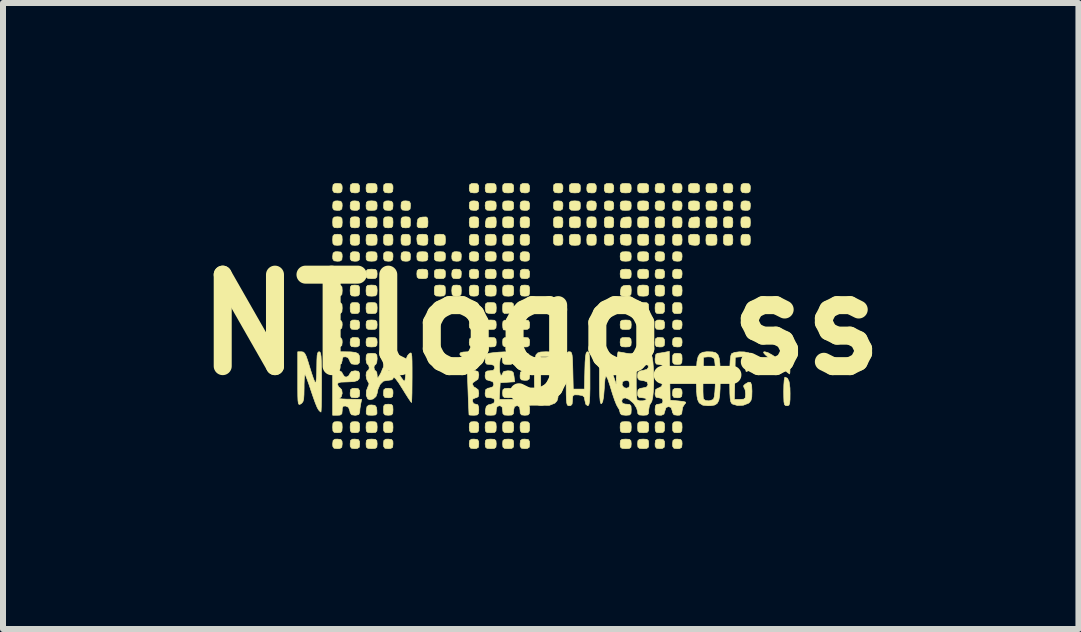
<source format=kicad_pcb>
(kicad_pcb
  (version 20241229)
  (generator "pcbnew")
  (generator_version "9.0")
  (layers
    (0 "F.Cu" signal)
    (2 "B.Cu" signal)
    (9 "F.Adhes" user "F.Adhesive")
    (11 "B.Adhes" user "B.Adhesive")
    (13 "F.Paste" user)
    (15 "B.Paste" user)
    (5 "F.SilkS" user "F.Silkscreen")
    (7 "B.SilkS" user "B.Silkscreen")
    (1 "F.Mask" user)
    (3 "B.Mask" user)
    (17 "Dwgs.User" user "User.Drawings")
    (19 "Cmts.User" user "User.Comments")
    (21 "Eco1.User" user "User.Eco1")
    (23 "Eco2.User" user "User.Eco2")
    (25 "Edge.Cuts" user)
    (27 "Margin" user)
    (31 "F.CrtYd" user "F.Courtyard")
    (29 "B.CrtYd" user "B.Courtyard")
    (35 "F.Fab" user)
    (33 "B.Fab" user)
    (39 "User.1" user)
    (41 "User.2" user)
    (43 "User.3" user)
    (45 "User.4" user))
  (footprint "NTlogo_ss"
    (layer "F.Cu")
    (at 5.958 2.36)
    (property "Reference" "NTlogo_ss" (at 0 0 0) (layer "F.SilkS") (effects (font (size 1.524 1.524) (thickness 0.3))))
    (attr through_hole)
    (fp_poly (pts (xy -3.333 -1.794) (xy -3.311 -1.768) (xy -3.307 -1.707) (xy -3.312 -1.644) (xy -3.334 -1.619) (xy -3.387 -1.614) (xy -3.44 -1.619) (xy -3.462 -1.645) (xy -3.466 -1.707) (xy -3.462 -1.769) (xy -3.439 -1.794) (xy -3.387 -1.799) (xy -3.333 -1.794)) (stroke (width 0.01) (type solid)) (fill yes) (layer "F.SilkS"))
    (fp_poly (pts (xy -3.333 -1.503) (xy -3.311 -1.477) (xy -3.307 -1.416) (xy -3.312 -1.353) (xy -3.334 -1.328) (xy -3.387 -1.323) (xy -3.44 -1.328) (xy -3.462 -1.354) (xy -3.466 -1.416) (xy -3.462 -1.478) (xy -3.439 -1.503) (xy -3.387 -1.508) (xy -3.333 -1.503)) (stroke (width 0.01) (type solid)) (fill yes) (layer "F.SilkS"))
    (fp_poly (pts (xy -3.333 -0.656) (xy -3.311 -0.63) (xy -3.307 -0.569) (xy -3.312 -0.507) (xy -3.334 -0.481) (xy -3.387 -0.476) (xy -3.44 -0.481) (xy -3.462 -0.508) (xy -3.466 -0.569) (xy -3.462 -0.631) (xy -3.439 -0.657) (xy -3.387 -0.661) (xy -3.333 -0.656)) (stroke (width 0.01) (type solid)) (fill yes) (layer "F.SilkS"))
    (fp_poly (pts (xy -3.333 -0.365) (xy -3.311 -0.339) (xy -3.307 -0.278) (xy -3.312 -0.216) (xy -3.334 -0.19) (xy -3.387 -0.185) (xy -3.44 -0.19) (xy -3.462 -0.217) (xy -3.466 -0.278) (xy -3.462 -0.34) (xy -3.439 -0.366) (xy -3.387 -0.37) (xy -3.333 -0.365)) (stroke (width 0.01) (type solid)) (fill yes) (layer "F.SilkS"))
    (fp_poly (pts (xy -3.333 1.619) (xy -3.311 1.645) (xy -3.307 1.707) (xy -3.312 1.769) (xy -3.334 1.794) (xy -3.387 1.799) (xy -3.44 1.794) (xy -3.462 1.768) (xy -3.466 1.707) (xy -3.462 1.644) (xy -3.439 1.619) (xy -3.387 1.614) (xy -3.333 1.619)) (stroke (width 0.01) (type solid)) (fill yes) (layer "F.SilkS"))
    (fp_poly (pts (xy -3.33 -2.348) (xy -3.31 -2.317) (xy -3.307 -2.275) (xy -3.314 -2.219) (xy -3.345 -2.198) (xy -3.387 -2.196) (xy -3.443 -2.203) (xy -3.464 -2.234) (xy -3.466 -2.275) (xy -3.459 -2.332) (xy -3.429 -2.352) (xy -3.387 -2.355) (xy -3.33 -2.348)) (stroke (width 0.01) (type solid)) (fill yes) (layer "F.SilkS"))
    (fp_poly (pts (xy -3.33 -2.057) (xy -3.31 -2.026) (xy -3.307 -1.984) (xy -3.314 -1.928) (xy -3.345 -1.907) (xy -3.387 -1.905) (xy -3.443 -1.912) (xy -3.464 -1.942) (xy -3.466 -1.984) (xy -3.459 -2.041) (xy -3.429 -2.061) (xy -3.387 -2.064) (xy -3.33 -2.057)) (stroke (width 0.01) (type solid)) (fill yes) (layer "F.SilkS"))
    (fp_poly (pts (xy -3.33 -1.211) (xy -3.31 -1.18) (xy -3.307 -1.138) (xy -3.314 -1.081) (xy -3.345 -1.061) (xy -3.387 -1.058) (xy -3.443 -1.065) (xy -3.464 -1.096) (xy -3.466 -1.138) (xy -3.459 -1.194) (xy -3.429 -1.215) (xy -3.387 -1.217) (xy -3.33 -1.211)) (stroke (width 0.01) (type solid)) (fill yes) (layer "F.SilkS"))
    (fp_poly (pts (xy -3.33 -0.919) (xy -3.31 -0.889) (xy -3.307 -0.847) (xy -3.314 -0.79) (xy -3.345 -0.77) (xy -3.387 -0.767) (xy -3.443 -0.774) (xy -3.464 -0.805) (xy -3.466 -0.847) (xy -3.459 -0.903) (xy -3.429 -0.924) (xy -3.387 -0.926) (xy -3.33 -0.919)) (stroke (width 0.01) (type solid)) (fill yes) (layer "F.SilkS"))
    (fp_poly (pts (xy -3.33 -0.073) (xy -3.31 -0.042) (xy -3.307 0) (xy -3.314 0.056) (xy -3.345 0.077) (xy -3.387 0.079) (xy -3.443 0.073) (xy -3.464 0.042) (xy -3.466 0) (xy -3.459 -0.056) (xy -3.429 -0.077) (xy -3.387 -0.079) (xy -3.33 -0.073)) (stroke (width 0.01) (type solid)) (fill yes) (layer "F.SilkS"))
    (fp_poly (pts (xy -3.33 0.218) (xy -3.31 0.249) (xy -3.307 0.291) (xy -3.314 0.347) (xy -3.345 0.368) (xy -3.387 0.37) (xy -3.443 0.364) (xy -3.464 0.333) (xy -3.466 0.291) (xy -3.459 0.235) (xy -3.429 0.214) (xy -3.387 0.212) (xy -3.33 0.218)) (stroke (width 0.01) (type solid)) (fill yes) (layer "F.SilkS"))
    (fp_poly (pts (xy -3.33 1.912) (xy -3.31 1.942) (xy -3.307 1.984) (xy -3.314 2.041) (xy -3.345 2.061) (xy -3.387 2.064) (xy -3.443 2.057) (xy -3.464 2.026) (xy -3.466 1.984) (xy -3.459 1.928) (xy -3.429 1.907) (xy -3.387 1.905) (xy -3.33 1.912)) (stroke (width 0.01) (type solid)) (fill yes) (layer "F.SilkS"))
    (fp_poly (pts (xy -3.042 -1.794) (xy -3.02 -1.768) (xy -3.016 -1.707) (xy -3.021 -1.644) (xy -3.043 -1.619) (xy -3.096 -1.614) (xy -3.149 -1.619) (xy -3.171 -1.645) (xy -3.175 -1.707) (xy -3.171 -1.769) (xy -3.148 -1.794) (xy -3.096 -1.799) (xy -3.042 -1.794)) (stroke (width 0.01) (type solid)) (fill yes) (layer "F.SilkS"))
    (fp_poly (pts (xy -3.042 -1.503) (xy -3.02 -1.477) (xy -3.016 -1.416) (xy -3.021 -1.353) (xy -3.043 -1.328) (xy -3.096 -1.323) (xy -3.149 -1.328) (xy -3.171 -1.354) (xy -3.175 -1.416) (xy -3.171 -1.478) (xy -3.148 -1.503) (xy -3.096 -1.508) (xy -3.042 -1.503)) (stroke (width 0.01) (type solid)) (fill yes) (layer "F.SilkS"))
    (fp_poly (pts (xy -3.042 -0.656) (xy -3.02 -0.63) (xy -3.016 -0.569) (xy -3.021 -0.507) (xy -3.043 -0.481) (xy -3.096 -0.476) (xy -3.149 -0.481) (xy -3.171 -0.508) (xy -3.175 -0.569) (xy -3.171 -0.631) (xy -3.148 -0.657) (xy -3.096 -0.661) (xy -3.042 -0.656)) (stroke (width 0.01) (type solid)) (fill yes) (layer "F.SilkS"))
    (fp_poly (pts (xy -3.042 -0.365) (xy -3.02 -0.339) (xy -3.016 -0.278) (xy -3.021 -0.216) (xy -3.043 -0.19) (xy -3.096 -0.185) (xy -3.149 -0.19) (xy -3.171 -0.217) (xy -3.175 -0.278) (xy -3.171 -0.34) (xy -3.148 -0.366) (xy -3.096 -0.37) (xy -3.042 -0.365)) (stroke (width 0.01) (type solid)) (fill yes) (layer "F.SilkS"))
    (fp_poly (pts (xy -3.042 1.619) (xy -3.02 1.645) (xy -3.016 1.707) (xy -3.021 1.769) (xy -3.043 1.794) (xy -3.096 1.799) (xy -3.149 1.794) (xy -3.171 1.768) (xy -3.175 1.707) (xy -3.171 1.644) (xy -3.148 1.619) (xy -3.096 1.614) (xy -3.042 1.619)) (stroke (width 0.01) (type solid)) (fill yes) (layer "F.SilkS"))
    (fp_poly (pts (xy -3.039 -2.348) (xy -3.019 -2.317) (xy -3.016 -2.275) (xy -3.023 -2.219) (xy -3.054 -2.198) (xy -3.096 -2.196) (xy -3.152 -2.203) (xy -3.173 -2.234) (xy -3.175 -2.275) (xy -3.168 -2.332) (xy -3.138 -2.352) (xy -3.096 -2.355) (xy -3.039 -2.348)) (stroke (width 0.01) (type solid)) (fill yes) (layer "F.SilkS"))
    (fp_poly (pts (xy -3.039 -2.057) (xy -3.019 -2.026) (xy -3.016 -1.984) (xy -3.023 -1.928) (xy -3.054 -1.907) (xy -3.096 -1.905) (xy -3.152 -1.912) (xy -3.173 -1.942) (xy -3.175 -1.984) (xy -3.168 -2.041) (xy -3.138 -2.061) (xy -3.096 -2.064) (xy -3.039 -2.057)) (stroke (width 0.01) (type solid)) (fill yes) (layer "F.SilkS"))
    (fp_poly (pts (xy -3.039 -1.211) (xy -3.019 -1.18) (xy -3.016 -1.138) (xy -3.023 -1.081) (xy -3.054 -1.061) (xy -3.096 -1.058) (xy -3.152 -1.065) (xy -3.173 -1.096) (xy -3.175 -1.138) (xy -3.168 -1.194) (xy -3.138 -1.215) (xy -3.096 -1.217) (xy -3.039 -1.211)) (stroke (width 0.01) (type solid)) (fill yes) (layer "F.SilkS"))
    (fp_poly (pts (xy -3.039 -0.919) (xy -3.019 -0.889) (xy -3.016 -0.847) (xy -3.023 -0.79) (xy -3.054 -0.77) (xy -3.096 -0.767) (xy -3.152 -0.774) (xy -3.173 -0.805) (xy -3.175 -0.847) (xy -3.168 -0.903) (xy -3.138 -0.924) (xy -3.096 -0.926) (xy -3.039 -0.919)) (stroke (width 0.01) (type solid)) (fill yes) (layer "F.SilkS"))
    (fp_poly (pts (xy -3.039 -0.073) (xy -3.019 -0.042) (xy -3.016 0) (xy -3.023 0.056) (xy -3.054 0.077) (xy -3.096 0.079) (xy -3.152 0.073) (xy -3.173 0.042) (xy -3.175 0) (xy -3.168 -0.056) (xy -3.138 -0.077) (xy -3.096 -0.079) (xy -3.039 -0.073)) (stroke (width 0.01) (type solid)) (fill yes) (layer "F.SilkS"))
    (fp_poly (pts (xy -3.039 0.218) (xy -3.019 0.249) (xy -3.016 0.291) (xy -3.023 0.347) (xy -3.054 0.368) (xy -3.096 0.37) (xy -3.152 0.364) (xy -3.173 0.333) (xy -3.175 0.291) (xy -3.168 0.235) (xy -3.138 0.214) (xy -3.096 0.212) (xy -3.039 0.218)) (stroke (width 0.01) (type solid)) (fill yes) (layer "F.SilkS"))
    (fp_poly (pts (xy -3.039 1.065) (xy -3.019 1.096) (xy -3.016 1.138) (xy -3.023 1.194) (xy -3.054 1.215) (xy -3.096 1.217) (xy -3.152 1.211) (xy -3.173 1.18) (xy -3.175 1.138) (xy -3.168 1.081) (xy -3.138 1.061) (xy -3.096 1.058) (xy -3.039 1.065)) (stroke (width 0.01) (type solid)) (fill yes) (layer "F.SilkS"))
    (fp_poly (pts (xy -3.039 1.912) (xy -3.019 1.942) (xy -3.016 1.984) (xy -3.023 2.041) (xy -3.054 2.061) (xy -3.096 2.064) (xy -3.152 2.057) (xy -3.173 2.026) (xy -3.175 1.984) (xy -3.168 1.928) (xy -3.138 1.907) (xy -3.096 1.905) (xy -3.039 1.912)) (stroke (width 0.01) (type solid)) (fill yes) (layer "F.SilkS"))
    (fp_poly (pts (xy -2.756 -2.35) (xy -2.73 -2.328) (xy -2.725 -2.275) (xy -2.73 -2.222) (xy -2.757 -2.2) (xy -2.818 -2.196) (xy -2.88 -2.2) (xy -2.906 -2.223) (xy -2.91 -2.275) (xy -2.905 -2.329) (xy -2.879 -2.351) (xy -2.818 -2.355) (xy -2.756 -2.35)) (stroke (width 0.01) (type solid)) (fill yes) (layer "F.SilkS"))
    (fp_poly (pts (xy -2.756 -2.059) (xy -2.73 -2.037) (xy -2.725 -1.984) (xy -2.73 -1.931) (xy -2.757 -1.909) (xy -2.818 -1.905) (xy -2.88 -1.909) (xy -2.906 -1.932) (xy -2.91 -1.984) (xy -2.905 -2.038) (xy -2.879 -2.06) (xy -2.818 -2.064) (xy -2.756 -2.059)) (stroke (width 0.01) (type solid)) (fill yes) (layer "F.SilkS"))
    (fp_poly (pts (xy -2.756 -1.213) (xy -2.73 -1.19) (xy -2.725 -1.138) (xy -2.73 -1.084) (xy -2.757 -1.063) (xy -2.818 -1.058) (xy -2.88 -1.063) (xy -2.906 -1.085) (xy -2.91 -1.138) (xy -2.905 -1.191) (xy -2.879 -1.213) (xy -2.818 -1.217) (xy -2.756 -1.213)) (stroke (width 0.01) (type solid)) (fill yes) (layer "F.SilkS"))
    (fp_poly (pts (xy -2.756 -0.922) (xy -2.73 -0.899) (xy -2.725 -0.847) (xy -2.73 -0.793) (xy -2.757 -0.771) (xy -2.818 -0.767) (xy -2.88 -0.772) (xy -2.906 -0.794) (xy -2.91 -0.847) (xy -2.905 -0.9) (xy -2.879 -0.922) (xy -2.818 -0.926) (xy -2.756 -0.922)) (stroke (width 0.01) (type solid)) (fill yes) (layer "F.SilkS"))
    (fp_poly (pts (xy -2.756 -0.075) (xy -2.73 -0.053) (xy -2.725 0) (xy -2.73 0.053) (xy -2.757 0.075) (xy -2.818 0.079) (xy -2.88 0.075) (xy -2.906 0.053) (xy -2.91 0) (xy -2.905 -0.053) (xy -2.879 -0.075) (xy -2.818 -0.079) (xy -2.756 -0.075)) (stroke (width 0.01) (type solid)) (fill yes) (layer "F.SilkS"))
    (fp_poly (pts (xy -2.756 0.216) (xy -2.73 0.239) (xy -2.725 0.291) (xy -2.73 0.344) (xy -2.757 0.366) (xy -2.818 0.37) (xy -2.88 0.366) (xy -2.906 0.344) (xy -2.91 0.291) (xy -2.905 0.238) (xy -2.879 0.216) (xy -2.818 0.212) (xy -2.756 0.216)) (stroke (width 0.01) (type solid)) (fill yes) (layer "F.SilkS"))
    (fp_poly (pts (xy -2.756 1.909) (xy -2.73 1.932) (xy -2.725 1.984) (xy -2.73 2.038) (xy -2.757 2.06) (xy -2.818 2.064) (xy -2.88 2.059) (xy -2.906 2.037) (xy -2.91 1.984) (xy -2.905 1.931) (xy -2.879 1.909) (xy -2.818 1.905) (xy -2.756 1.909)) (stroke (width 0.01) (type solid)) (fill yes) (layer "F.SilkS"))
    (fp_poly (pts (xy -2.487 -1.794) (xy -2.465 -1.768) (xy -2.461 -1.707) (xy -2.465 -1.644) (xy -2.487 -1.619) (xy -2.54 -1.614) (xy -2.593 -1.619) (xy -2.615 -1.645) (xy -2.619 -1.707) (xy -2.615 -1.769) (xy -2.593 -1.794) (xy -2.54 -1.799) (xy -2.487 -1.794)) (stroke (width 0.01) (type solid)) (fill yes) (layer "F.SilkS"))
    (fp_poly (pts (xy -2.487 -1.503) (xy -2.465 -1.477) (xy -2.461 -1.416) (xy -2.465 -1.353) (xy -2.487 -1.328) (xy -2.54 -1.323) (xy -2.593 -1.328) (xy -2.615 -1.354) (xy -2.619 -1.416) (xy -2.615 -1.478) (xy -2.593 -1.503) (xy -2.54 -1.508) (xy -2.487 -1.503)) (stroke (width 0.01) (type solid)) (fill yes) (layer "F.SilkS"))
    (fp_poly (pts (xy -2.487 -0.656) (xy -2.465 -0.63) (xy -2.461 -0.569) (xy -2.465 -0.507) (xy -2.487 -0.481) (xy -2.54 -0.476) (xy -2.593 -0.481) (xy -2.615 -0.508) (xy -2.619 -0.569) (xy -2.615 -0.631) (xy -2.593 -0.657) (xy -2.54 -0.661) (xy -2.487 -0.656)) (stroke (width 0.01) (type solid)) (fill yes) (layer "F.SilkS"))
    (fp_poly (pts (xy -2.487 -0.365) (xy -2.465 -0.339) (xy -2.461 -0.278) (xy -2.465 -0.216) (xy -2.487 -0.19) (xy -2.54 -0.185) (xy -2.593 -0.19) (xy -2.615 -0.217) (xy -2.619 -0.278) (xy -2.615 -0.34) (xy -2.593 -0.366) (xy -2.54 -0.37) (xy -2.487 -0.365)) (stroke (width 0.01) (type solid)) (fill yes) (layer "F.SilkS"))
    (fp_poly (pts (xy -2.487 1.328) (xy -2.465 1.354) (xy -2.461 1.416) (xy -2.465 1.478) (xy -2.487 1.503) (xy -2.54 1.508) (xy -2.593 1.503) (xy -2.615 1.477) (xy -2.619 1.416) (xy -2.615 1.353) (xy -2.593 1.328) (xy -2.54 1.323) (xy -2.487 1.328)) (stroke (width 0.01) (type solid)) (fill yes) (layer "F.SilkS"))
    (fp_poly (pts (xy -2.487 1.619) (xy -2.465 1.645) (xy -2.461 1.707) (xy -2.465 1.769) (xy -2.487 1.794) (xy -2.54 1.799) (xy -2.593 1.794) (xy -2.615 1.768) (xy -2.619 1.707) (xy -2.615 1.644) (xy -2.593 1.619) (xy -2.54 1.614) (xy -2.487 1.619)) (stroke (width 0.01) (type solid)) (fill yes) (layer "F.SilkS"))
    (fp_poly (pts (xy -2.484 -2.348) (xy -2.463 -2.317) (xy -2.461 -2.275) (xy -2.467 -2.219) (xy -2.498 -2.198) (xy -2.54 -2.196) (xy -2.596 -2.203) (xy -2.617 -2.234) (xy -2.619 -2.275) (xy -2.613 -2.332) (xy -2.582 -2.352) (xy -2.54 -2.355) (xy -2.484 -2.348)) (stroke (width 0.01) (type solid)) (fill yes) (layer "F.SilkS"))
    (fp_poly (pts (xy -2.484 -2.057) (xy -2.463 -2.026) (xy -2.461 -1.984) (xy -2.467 -1.928) (xy -2.498 -1.907) (xy -2.54 -1.905) (xy -2.596 -1.912) (xy -2.617 -1.942) (xy -2.619 -1.984) (xy -2.613 -2.041) (xy -2.582 -2.061) (xy -2.54 -2.064) (xy -2.484 -2.057)) (stroke (width 0.01) (type solid)) (fill yes) (layer "F.SilkS"))
    (fp_poly (pts (xy -2.484 -1.211) (xy -2.463 -1.18) (xy -2.461 -1.138) (xy -2.467 -1.081) (xy -2.498 -1.061) (xy -2.54 -1.058) (xy -2.596 -1.065) (xy -2.617 -1.096) (xy -2.619 -1.138) (xy -2.613 -1.194) (xy -2.582 -1.215) (xy -2.54 -1.217) (xy -2.484 -1.211)) (stroke (width 0.01) (type solid)) (fill yes) (layer "F.SilkS"))
    (fp_poly (pts (xy -2.484 -0.919) (xy -2.463 -0.889) (xy -2.461 -0.847) (xy -2.467 -0.79) (xy -2.498 -0.77) (xy -2.54 -0.767) (xy -2.596 -0.774) (xy -2.617 -0.805) (xy -2.619 -0.847) (xy -2.613 -0.903) (xy -2.582 -0.924) (xy -2.54 -0.926) (xy -2.484 -0.919)) (stroke (width 0.01) (type solid)) (fill yes) (layer "F.SilkS"))
    (fp_poly (pts (xy -2.484 -0.073) (xy -2.463 -0.042) (xy -2.461 0) (xy -2.467 0.056) (xy -2.498 0.077) (xy -2.54 0.079) (xy -2.596 0.073) (xy -2.617 0.042) (xy -2.619 0) (xy -2.613 -0.056) (xy -2.582 -0.077) (xy -2.54 -0.079) (xy -2.484 -0.073)) (stroke (width 0.01) (type solid)) (fill yes) (layer "F.SilkS"))
    (fp_poly (pts (xy -2.484 0.218) (xy -2.463 0.249) (xy -2.461 0.291) (xy -2.467 0.347) (xy -2.498 0.368) (xy -2.54 0.37) (xy -2.596 0.364) (xy -2.617 0.333) (xy -2.619 0.291) (xy -2.613 0.235) (xy -2.582 0.214) (xy -2.54 0.212) (xy -2.484 0.218)) (stroke (width 0.01) (type solid)) (fill yes) (layer "F.SilkS"))
    (fp_poly (pts (xy -2.484 1.065) (xy -2.463 1.096) (xy -2.461 1.138) (xy -2.467 1.194) (xy -2.498 1.215) (xy -2.54 1.217) (xy -2.596 1.211) (xy -2.617 1.18) (xy -2.619 1.138) (xy -2.613 1.081) (xy -2.582 1.061) (xy -2.54 1.058) (xy -2.484 1.065)) (stroke (width 0.01) (type solid)) (fill yes) (layer "F.SilkS"))
    (fp_poly (pts (xy -2.484 1.912) (xy -2.463 1.942) (xy -2.461 1.984) (xy -2.467 2.041) (xy -2.498 2.061) (xy -2.54 2.064) (xy -2.596 2.057) (xy -2.617 2.026) (xy -2.619 1.984) (xy -2.613 1.928) (xy -2.582 1.907) (xy -2.54 1.905) (xy -2.484 1.912)) (stroke (width 0.01) (type solid)) (fill yes) (layer "F.SilkS"))
    (fp_poly (pts (xy -2.196 -1.794) (xy -2.174 -1.768) (xy -2.17 -1.707) (xy -2.174 -1.644) (xy -2.196 -1.619) (xy -2.249 -1.614) (xy -2.302 -1.619) (xy -2.324 -1.645) (xy -2.328 -1.707) (xy -2.324 -1.769) (xy -2.301 -1.794) (xy -2.249 -1.799) (xy -2.196 -1.794)) (stroke (width 0.01) (type solid)) (fill yes) (layer "F.SilkS"))
    (fp_poly (pts (xy -2.196 -1.503) (xy -2.174 -1.477) (xy -2.17 -1.416) (xy -2.174 -1.353) (xy -2.196 -1.328) (xy -2.249 -1.323) (xy -2.302 -1.328) (xy -2.324 -1.354) (xy -2.328 -1.416) (xy -2.324 -1.478) (xy -2.301 -1.503) (xy -2.249 -1.508) (xy -2.196 -1.503)) (stroke (width 0.01) (type solid)) (fill yes) (layer "F.SilkS"))
    (fp_poly (pts (xy -2.193 -2.057) (xy -2.172 -2.026) (xy -2.17 -1.984) (xy -2.176 -1.928) (xy -2.207 -1.907) (xy -2.249 -1.905) (xy -2.305 -1.912) (xy -2.326 -1.942) (xy -2.328 -1.984) (xy -2.322 -2.041) (xy -2.291 -2.061) (xy -2.249 -2.064) (xy -2.193 -2.057)) (stroke (width 0.01) (type solid)) (fill yes) (layer "F.SilkS"))
    (fp_poly (pts (xy -2.193 -1.211) (xy -2.172 -1.18) (xy -2.17 -1.138) (xy -2.176 -1.081) (xy -2.207 -1.061) (xy -2.249 -1.058) (xy -2.305 -1.065) (xy -2.326 -1.096) (xy -2.328 -1.138) (xy -2.322 -1.194) (xy -2.291 -1.215) (xy -2.249 -1.217) (xy -2.193 -1.211)) (stroke (width 0.01) (type solid)) (fill yes) (layer "F.SilkS"))
    (fp_poly (pts (xy -1.909 -1.213) (xy -1.883 -1.19) (xy -1.879 -1.138) (xy -1.884 -1.084) (xy -1.91 -1.063) (xy -1.971 -1.058) (xy -2.033 -1.063) (xy -2.059 -1.085) (xy -2.064 -1.138) (xy -2.059 -1.191) (xy -2.032 -1.213) (xy -1.971 -1.217) (xy -1.909 -1.213)) (stroke (width 0.01) (type solid)) (fill yes) (layer "F.SilkS"))
    (fp_poly (pts (xy -1.909 -0.922) (xy -1.883 -0.899) (xy -1.879 -0.847) (xy -1.884 -0.793) (xy -1.91 -0.771) (xy -1.971 -0.767) (xy -2.033 -0.772) (xy -2.059 -0.794) (xy -2.064 -0.847) (xy -2.059 -0.9) (xy -2.032 -0.922) (xy -1.971 -0.926) (xy -1.909 -0.922)) (stroke (width 0.01) (type solid)) (fill yes) (layer "F.SilkS"))
    (fp_poly (pts (xy -1.618 -1.213) (xy -1.592 -1.19) (xy -1.587 -1.138) (xy -1.593 -1.084) (xy -1.619 -1.063) (xy -1.68 -1.058) (xy -1.742 -1.063) (xy -1.768 -1.085) (xy -1.773 -1.138) (xy -1.768 -1.191) (xy -1.741 -1.213) (xy -1.68 -1.217) (xy -1.618 -1.213)) (stroke (width 0.01) (type solid)) (fill yes) (layer "F.SilkS"))
    (fp_poly (pts (xy -1.618 -0.922) (xy -1.592 -0.899) (xy -1.587 -0.847) (xy -1.593 -0.793) (xy -1.619 -0.771) (xy -1.68 -0.767) (xy -1.742 -0.772) (xy -1.768 -0.794) (xy -1.773 -0.847) (xy -1.768 -0.9) (xy -1.741 -0.922) (xy -1.68 -0.926) (xy -1.618 -0.922)) (stroke (width 0.01) (type solid)) (fill yes) (layer "F.SilkS"))
    (fp_poly (pts (xy -1.349 -0.656) (xy -1.327 -0.63) (xy -1.323 -0.569) (xy -1.327 -0.507) (xy -1.35 -0.481) (xy -1.402 -0.476) (xy -1.456 -0.481) (xy -1.477 -0.508) (xy -1.482 -0.569) (xy -1.477 -0.631) (xy -1.455 -0.657) (xy -1.402 -0.661) (xy -1.349 -0.656)) (stroke (width 0.01) (type solid)) (fill yes) (layer "F.SilkS"))
    (fp_poly (pts (xy -1.349 -0.365) (xy -1.327 -0.339) (xy -1.323 -0.278) (xy -1.327 -0.216) (xy -1.35 -0.19) (xy -1.402 -0.185) (xy -1.456 -0.19) (xy -1.477 -0.217) (xy -1.482 -0.278) (xy -1.477 -0.34) (xy -1.455 -0.366) (xy -1.402 -0.37) (xy -1.349 -0.365)) (stroke (width 0.01) (type solid)) (fill yes) (layer "F.SilkS"))
    (fp_poly (pts (xy -1.346 -1.211) (xy -1.325 -1.18) (xy -1.323 -1.138) (xy -1.329 -1.081) (xy -1.36 -1.061) (xy -1.402 -1.058) (xy -1.459 -1.065) (xy -1.479 -1.096) (xy -1.482 -1.138) (xy -1.475 -1.194) (xy -1.444 -1.215) (xy -1.402 -1.217) (xy -1.346 -1.211)) (stroke (width 0.01) (type solid)) (fill yes) (layer "F.SilkS"))
    (fp_poly (pts (xy -1.346 -0.919) (xy -1.325 -0.889) (xy -1.323 -0.847) (xy -1.329 -0.79) (xy -1.36 -0.77) (xy -1.402 -0.767) (xy -1.459 -0.774) (xy -1.479 -0.805) (xy -1.482 -0.847) (xy -1.475 -0.903) (xy -1.444 -0.924) (xy -1.402 -0.926) (xy -1.346 -0.919)) (stroke (width 0.01) (type solid)) (fill yes) (layer "F.SilkS"))
    (fp_poly (pts (xy -1.058 -1.794) (xy -1.036 -1.768) (xy -1.032 -1.707) (xy -1.036 -1.644) (xy -1.059 -1.619) (xy -1.111 -1.614) (xy -1.165 -1.619) (xy -1.186 -1.645) (xy -1.191 -1.707) (xy -1.186 -1.769) (xy -1.164 -1.794) (xy -1.111 -1.799) (xy -1.058 -1.794)) (stroke (width 0.01) (type solid)) (fill yes) (layer "F.SilkS"))
    (fp_poly (pts (xy -1.058 -1.503) (xy -1.036 -1.477) (xy -1.032 -1.416) (xy -1.036 -1.353) (xy -1.059 -1.328) (xy -1.111 -1.323) (xy -1.165 -1.328) (xy -1.186 -1.354) (xy -1.191 -1.416) (xy -1.186 -1.478) (xy -1.164 -1.503) (xy -1.111 -1.508) (xy -1.058 -1.503)) (stroke (width 0.01) (type solid)) (fill yes) (layer "F.SilkS"))
    (fp_poly (pts (xy -1.058 -0.656) (xy -1.036 -0.63) (xy -1.032 -0.569) (xy -1.036 -0.507) (xy -1.059 -0.481) (xy -1.111 -0.476) (xy -1.165 -0.481) (xy -1.186 -0.508) (xy -1.191 -0.569) (xy -1.186 -0.631) (xy -1.164 -0.657) (xy -1.111 -0.661) (xy -1.058 -0.656)) (stroke (width 0.01) (type solid)) (fill yes) (layer "F.SilkS"))
    (fp_poly (pts (xy -1.058 -0.365) (xy -1.036 -0.339) (xy -1.032 -0.278) (xy -1.036 -0.216) (xy -1.059 -0.19) (xy -1.111 -0.185) (xy -1.165 -0.19) (xy -1.186 -0.217) (xy -1.191 -0.278) (xy -1.186 -0.34) (xy -1.164 -0.366) (xy -1.111 -0.37) (xy -1.058 -0.365)) (stroke (width 0.01) (type solid)) (fill yes) (layer "F.SilkS"))
    (fp_poly (pts (xy -1.058 1.619) (xy -1.036 1.645) (xy -1.032 1.707) (xy -1.036 1.769) (xy -1.059 1.794) (xy -1.111 1.799) (xy -1.165 1.794) (xy -1.186 1.768) (xy -1.191 1.707) (xy -1.186 1.644) (xy -1.164 1.619) (xy -1.111 1.614) (xy -1.058 1.619)) (stroke (width 0.01) (type solid)) (fill yes) (layer "F.SilkS"))
    (fp_poly (pts (xy -1.055 -2.348) (xy -1.034 -2.317) (xy -1.032 -2.275) (xy -1.038 -2.219) (xy -1.069 -2.198) (xy -1.111 -2.196) (xy -1.167 -2.203) (xy -1.188 -2.234) (xy -1.191 -2.275) (xy -1.184 -2.332) (xy -1.153 -2.352) (xy -1.111 -2.355) (xy -1.055 -2.348)) (stroke (width 0.01) (type solid)) (fill yes) (layer "F.SilkS"))
    (fp_poly (pts (xy -1.055 -2.057) (xy -1.034 -2.026) (xy -1.032 -1.984) (xy -1.038 -1.928) (xy -1.069 -1.907) (xy -1.111 -1.905) (xy -1.167 -1.912) (xy -1.188 -1.942) (xy -1.191 -1.984) (xy -1.184 -2.041) (xy -1.153 -2.061) (xy -1.111 -2.064) (xy -1.055 -2.057)) (stroke (width 0.01) (type solid)) (fill yes) (layer "F.SilkS"))
    (fp_poly (pts (xy -1.055 -1.211) (xy -1.034 -1.18) (xy -1.032 -1.138) (xy -1.038 -1.081) (xy -1.069 -1.061) (xy -1.111 -1.058) (xy -1.167 -1.065) (xy -1.188 -1.096) (xy -1.191 -1.138) (xy -1.184 -1.194) (xy -1.153 -1.215) (xy -1.111 -1.217) (xy -1.055 -1.211)) (stroke (width 0.01) (type solid)) (fill yes) (layer "F.SilkS"))
    (fp_poly (pts (xy -1.055 -0.919) (xy -1.034 -0.889) (xy -1.032 -0.847) (xy -1.038 -0.79) (xy -1.069 -0.77) (xy -1.111 -0.767) (xy -1.167 -0.774) (xy -1.188 -0.805) (xy -1.191 -0.847) (xy -1.184 -0.903) (xy -1.153 -0.924) (xy -1.111 -0.926) (xy -1.055 -0.919)) (stroke (width 0.01) (type solid)) (fill yes) (layer "F.SilkS"))
    (fp_poly (pts (xy -1.055 -0.073) (xy -1.034 -0.042) (xy -1.032 0) (xy -1.038 0.056) (xy -1.069 0.077) (xy -1.111 0.079) (xy -1.167 0.073) (xy -1.188 0.042) (xy -1.191 0) (xy -1.184 -0.056) (xy -1.153 -0.077) (xy -1.111 -0.079) (xy -1.055 -0.073)) (stroke (width 0.01) (type solid)) (fill yes) (layer "F.SilkS"))
    (fp_poly (pts (xy -1.055 0.218) (xy -1.034 0.249) (xy -1.032 0.291) (xy -1.038 0.347) (xy -1.069 0.368) (xy -1.111 0.37) (xy -1.167 0.364) (xy -1.188 0.333) (xy -1.191 0.291) (xy -1.184 0.235) (xy -1.153 0.214) (xy -1.111 0.212) (xy -1.055 0.218)) (stroke (width 0.01) (type solid)) (fill yes) (layer "F.SilkS"))
    (fp_poly (pts (xy -1.055 1.912) (xy -1.034 1.942) (xy -1.032 1.984) (xy -1.038 2.041) (xy -1.069 2.061) (xy -1.111 2.064) (xy -1.167 2.057) (xy -1.188 2.026) (xy -1.191 1.984) (xy -1.184 1.928) (xy -1.153 1.907) (xy -1.111 1.905) (xy -1.055 1.912)) (stroke (width 0.01) (type solid)) (fill yes) (layer "F.SilkS"))
    (fp_poly (pts (xy -0.771 -2.35) (xy -0.746 -2.328) (xy -0.741 -2.275) (xy -0.746 -2.222) (xy -0.772 -2.2) (xy -0.833 -2.196) (xy -0.896 -2.2) (xy -0.921 -2.223) (xy -0.926 -2.275) (xy -0.921 -2.329) (xy -0.895 -2.351) (xy -0.833 -2.355) (xy -0.771 -2.35)) (stroke (width 0.01) (type solid)) (fill yes) (layer "F.SilkS"))
    (fp_poly (pts (xy -0.771 -2.059) (xy -0.746 -2.037) (xy -0.741 -1.984) (xy -0.746 -1.931) (xy -0.772 -1.909) (xy -0.833 -1.905) (xy -0.896 -1.909) (xy -0.921 -1.932) (xy -0.926 -1.984) (xy -0.921 -2.038) (xy -0.895 -2.06) (xy -0.833 -2.064) (xy -0.771 -2.059)) (stroke (width 0.01) (type solid)) (fill yes) (layer "F.SilkS"))
    (fp_poly (pts (xy -0.771 -1.213) (xy -0.746 -1.19) (xy -0.741 -1.138) (xy -0.746 -1.084) (xy -0.772 -1.063) (xy -0.833 -1.058) (xy -0.896 -1.063) (xy -0.921 -1.085) (xy -0.926 -1.138) (xy -0.921 -1.191) (xy -0.895 -1.213) (xy -0.833 -1.217) (xy -0.771 -1.213)) (stroke (width 0.01) (type solid)) (fill yes) (layer "F.SilkS"))
    (fp_poly (pts (xy -0.771 -0.922) (xy -0.746 -0.899) (xy -0.741 -0.847) (xy -0.746 -0.793) (xy -0.772 -0.771) (xy -0.833 -0.767) (xy -0.896 -0.772) (xy -0.921 -0.794) (xy -0.926 -0.847) (xy -0.921 -0.9) (xy -0.895 -0.922) (xy -0.833 -0.926) (xy -0.771 -0.922)) (stroke (width 0.01) (type solid)) (fill yes) (layer "F.SilkS"))
    (fp_poly (pts (xy -0.771 -0.075) (xy -0.746 -0.053) (xy -0.741 0) (xy -0.746 0.053) (xy -0.772 0.075) (xy -0.833 0.079) (xy -0.896 0.075) (xy -0.921 0.053) (xy -0.926 0) (xy -0.921 -0.053) (xy -0.895 -0.075) (xy -0.833 -0.079) (xy -0.771 -0.075)) (stroke (width 0.01) (type solid)) (fill yes) (layer "F.SilkS"))
    (fp_poly (pts (xy -0.771 0.216) (xy -0.746 0.239) (xy -0.741 0.291) (xy -0.746 0.344) (xy -0.772 0.366) (xy -0.833 0.37) (xy -0.896 0.366) (xy -0.921 0.344) (xy -0.926 0.291) (xy -0.921 0.238) (xy -0.895 0.216) (xy -0.833 0.212) (xy -0.771 0.216)) (stroke (width 0.01) (type solid)) (fill yes) (layer "F.SilkS"))
    (fp_poly (pts (xy -0.771 1.909) (xy -0.746 1.932) (xy -0.741 1.984) (xy -0.746 2.038) (xy -0.772 2.06) (xy -0.833 2.064) (xy -0.896 2.059) (xy -0.921 2.037) (xy -0.926 1.984) (xy -0.921 1.931) (xy -0.895 1.909) (xy -0.833 1.905) (xy -0.771 1.909)) (stroke (width 0.01) (type solid)) (fill yes) (layer "F.SilkS"))
    (fp_poly (pts (xy -0.48 -2.35) (xy -0.455 -2.328) (xy -0.45 -2.275) (xy -0.455 -2.222) (xy -0.481 -2.2) (xy -0.542 -2.196) (xy -0.605 -2.2) (xy -0.63 -2.223) (xy -0.635 -2.275) (xy -0.63 -2.329) (xy -0.604 -2.351) (xy -0.542 -2.355) (xy -0.48 -2.35)) (stroke (width 0.01) (type solid)) (fill yes) (layer "F.SilkS"))
    (fp_poly (pts (xy -0.48 -2.059) (xy -0.455 -2.037) (xy -0.45 -1.984) (xy -0.455 -1.931) (xy -0.481 -1.909) (xy -0.542 -1.905) (xy -0.605 -1.909) (xy -0.63 -1.932) (xy -0.635 -1.984) (xy -0.63 -2.038) (xy -0.604 -2.06) (xy -0.542 -2.064) (xy -0.48 -2.059)) (stroke (width 0.01) (type solid)) (fill yes) (layer "F.SilkS"))
    (fp_poly (pts (xy -0.48 -1.213) (xy -0.455 -1.19) (xy -0.45 -1.138) (xy -0.455 -1.084) (xy -0.481 -1.063) (xy -0.542 -1.058) (xy -0.605 -1.063) (xy -0.63 -1.085) (xy -0.635 -1.138) (xy -0.63 -1.191) (xy -0.604 -1.213) (xy -0.542 -1.217) (xy -0.48 -1.213)) (stroke (width 0.01) (type solid)) (fill yes) (layer "F.SilkS"))
    (fp_poly (pts (xy -0.48 -0.922) (xy -0.455 -0.899) (xy -0.45 -0.847) (xy -0.455 -0.793) (xy -0.481 -0.771) (xy -0.542 -0.767) (xy -0.605 -0.772) (xy -0.63 -0.794) (xy -0.635 -0.847) (xy -0.63 -0.9) (xy -0.604 -0.922) (xy -0.542 -0.926) (xy -0.48 -0.922)) (stroke (width 0.01) (type solid)) (fill yes) (layer "F.SilkS"))
    (fp_poly (pts (xy -0.48 0.216) (xy -0.455 0.239) (xy -0.45 0.291) (xy -0.455 0.344) (xy -0.481 0.366) (xy -0.542 0.37) (xy -0.605 0.366) (xy -0.63 0.344) (xy -0.635 0.291) (xy -0.63 0.238) (xy -0.604 0.216) (xy -0.542 0.212) (xy -0.48 0.216)) (stroke (width 0.01) (type solid)) (fill yes) (layer "F.SilkS"))
    (fp_poly (pts (xy -0.48 1.063) (xy -0.455 1.085) (xy -0.45 1.138) (xy -0.455 1.191) (xy -0.481 1.213) (xy -0.542 1.217) (xy -0.605 1.213) (xy -0.63 1.19) (xy -0.635 1.138) (xy -0.63 1.084) (xy -0.604 1.063) (xy -0.542 1.058) (xy -0.48 1.063)) (stroke (width 0.01) (type solid)) (fill yes) (layer "F.SilkS"))
    (fp_poly (pts (xy -0.48 1.909) (xy -0.455 1.932) (xy -0.45 1.984) (xy -0.455 2.038) (xy -0.481 2.06) (xy -0.542 2.064) (xy -0.605 2.059) (xy -0.63 2.037) (xy -0.635 1.984) (xy -0.63 1.931) (xy -0.604 1.909) (xy -0.542 1.905) (xy -0.48 1.909)) (stroke (width 0.01) (type solid)) (fill yes) (layer "F.SilkS"))
    (fp_poly (pts (xy -0.211 -1.794) (xy -0.189 -1.768) (xy -0.185 -1.707) (xy -0.19 -1.644) (xy -0.212 -1.619) (xy -0.265 -1.614) (xy -0.318 -1.619) (xy -0.34 -1.645) (xy -0.344 -1.707) (xy -0.34 -1.769) (xy -0.317 -1.794) (xy -0.265 -1.799) (xy -0.211 -1.794)) (stroke (width 0.01) (type solid)) (fill yes) (layer "F.SilkS"))
    (fp_poly (pts (xy -0.211 -1.503) (xy -0.189 -1.477) (xy -0.185 -1.416) (xy -0.19 -1.353) (xy -0.212 -1.328) (xy -0.265 -1.323) (xy -0.318 -1.328) (xy -0.34 -1.354) (xy -0.344 -1.416) (xy -0.34 -1.478) (xy -0.317 -1.503) (xy -0.265 -1.508) (xy -0.211 -1.503)) (stroke (width 0.01) (type solid)) (fill yes) (layer "F.SilkS"))
    (fp_poly (pts (xy -0.211 -0.656) (xy -0.189 -0.63) (xy -0.185 -0.569) (xy -0.19 -0.507) (xy -0.212 -0.481) (xy -0.265 -0.476) (xy -0.318 -0.481) (xy -0.34 -0.508) (xy -0.344 -0.569) (xy -0.34 -0.631) (xy -0.317 -0.657) (xy -0.265 -0.661) (xy -0.211 -0.656)) (stroke (width 0.01) (type solid)) (fill yes) (layer "F.SilkS"))
    (fp_poly (pts (xy -0.211 -0.365) (xy -0.189 -0.339) (xy -0.185 -0.278) (xy -0.19 -0.216) (xy -0.212 -0.19) (xy -0.265 -0.185) (xy -0.318 -0.19) (xy -0.34 -0.217) (xy -0.344 -0.278) (xy -0.34 -0.34) (xy -0.317 -0.366) (xy -0.265 -0.37) (xy -0.211 -0.365)) (stroke (width 0.01) (type solid)) (fill yes) (layer "F.SilkS"))
    (fp_poly (pts (xy -0.211 0.481) (xy -0.189 0.508) (xy -0.185 0.569) (xy -0.19 0.631) (xy -0.212 0.657) (xy -0.265 0.661) (xy -0.318 0.656) (xy -0.34 0.63) (xy -0.344 0.569) (xy -0.34 0.507) (xy -0.317 0.481) (xy -0.265 0.476) (xy -0.211 0.481)) (stroke (width 0.01) (type solid)) (fill yes) (layer "F.SilkS"))
    (fp_poly (pts (xy -0.211 1.619) (xy -0.189 1.645) (xy -0.185 1.707) (xy -0.19 1.769) (xy -0.212 1.794) (xy -0.265 1.799) (xy -0.318 1.794) (xy -0.34 1.768) (xy -0.344 1.707) (xy -0.34 1.644) (xy -0.317 1.619) (xy -0.265 1.614) (xy -0.211 1.619)) (stroke (width 0.01) (type solid)) (fill yes) (layer "F.SilkS"))
    (fp_poly (pts (xy -0.208 -2.348) (xy -0.188 -2.317) (xy -0.185 -2.275) (xy -0.192 -2.219) (xy -0.223 -2.198) (xy -0.265 -2.196) (xy -0.321 -2.203) (xy -0.342 -2.234) (xy -0.344 -2.275) (xy -0.337 -2.332) (xy -0.306 -2.352) (xy -0.265 -2.355) (xy -0.208 -2.348)) (stroke (width 0.01) (type solid)) (fill yes) (layer "F.SilkS"))
    (fp_poly (pts (xy -0.208 -2.057) (xy -0.188 -2.026) (xy -0.185 -1.984) (xy -0.192 -1.928) (xy -0.223 -1.907) (xy -0.265 -1.905) (xy -0.321 -1.912) (xy -0.342 -1.942) (xy -0.344 -1.984) (xy -0.337 -2.041) (xy -0.306 -2.061) (xy -0.265 -2.064) (xy -0.208 -2.057)) (stroke (width 0.01) (type solid)) (fill yes) (layer "F.SilkS"))
    (fp_poly (pts (xy -0.208 -1.211) (xy -0.188 -1.18) (xy -0.185 -1.138) (xy -0.192 -1.081) (xy -0.223 -1.061) (xy -0.265 -1.058) (xy -0.321 -1.065) (xy -0.342 -1.096) (xy -0.344 -1.138) (xy -0.337 -1.194) (xy -0.306 -1.215) (xy -0.265 -1.217) (xy -0.208 -1.211)) (stroke (width 0.01) (type solid)) (fill yes) (layer "F.SilkS"))
    (fp_poly (pts (xy -0.208 -0.919) (xy -0.188 -0.889) (xy -0.185 -0.847) (xy -0.192 -0.79) (xy -0.223 -0.77) (xy -0.265 -0.767) (xy -0.321 -0.774) (xy -0.342 -0.805) (xy -0.344 -0.847) (xy -0.337 -0.903) (xy -0.306 -0.924) (xy -0.265 -0.926) (xy -0.208 -0.919)) (stroke (width 0.01) (type solid)) (fill yes) (layer "F.SilkS"))
    (fp_poly (pts (xy -0.208 -0.073) (xy -0.188 -0.042) (xy -0.185 0) (xy -0.192 0.056) (xy -0.223 0.077) (xy -0.265 0.079) (xy -0.321 0.073) (xy -0.342 0.042) (xy -0.344 0) (xy -0.337 -0.056) (xy -0.306 -0.077) (xy -0.265 -0.079) (xy -0.208 -0.073)) (stroke (width 0.01) (type solid)) (fill yes) (layer "F.SilkS"))
    (fp_poly (pts (xy -0.208 0.218) (xy -0.188 0.249) (xy -0.185 0.291) (xy -0.192 0.347) (xy -0.223 0.368) (xy -0.265 0.37) (xy -0.321 0.364) (xy -0.342 0.333) (xy -0.344 0.291) (xy -0.337 0.235) (xy -0.306 0.214) (xy -0.265 0.212) (xy -0.208 0.218)) (stroke (width 0.01) (type solid)) (fill yes) (layer "F.SilkS"))
    (fp_poly (pts (xy -0.208 0.774) (xy -0.188 0.805) (xy -0.185 0.847) (xy -0.192 0.903) (xy -0.223 0.924) (xy -0.265 0.926) (xy -0.321 0.919) (xy -0.342 0.889) (xy -0.344 0.847) (xy -0.337 0.79) (xy -0.306 0.77) (xy -0.265 0.767) (xy -0.208 0.774)) (stroke (width 0.01) (type solid)) (fill yes) (layer "F.SilkS"))
    (fp_poly (pts (xy -0.208 1.065) (xy -0.188 1.096) (xy -0.185 1.138) (xy -0.192 1.194) (xy -0.223 1.215) (xy -0.265 1.217) (xy -0.321 1.211) (xy -0.342 1.18) (xy -0.344 1.138) (xy -0.337 1.081) (xy -0.306 1.061) (xy -0.265 1.058) (xy -0.208 1.065)) (stroke (width 0.01) (type solid)) (fill yes) (layer "F.SilkS"))
    (fp_poly (pts (xy -0.208 1.912) (xy -0.188 1.942) (xy -0.185 1.984) (xy -0.192 2.041) (xy -0.223 2.061) (xy -0.265 2.064) (xy -0.321 2.057) (xy -0.342 2.026) (xy -0.344 1.984) (xy -0.337 1.928) (xy -0.306 1.907) (xy -0.265 1.905) (xy -0.208 1.912)) (stroke (width 0.01) (type solid)) (fill yes) (layer "F.SilkS"))
    (fp_poly (pts (xy 0.344 -1.794) (xy 0.366 -1.768) (xy 0.37 -1.707) (xy 0.366 -1.644) (xy 0.344 -1.619) (xy 0.291 -1.614) (xy 0.238 -1.619) (xy 0.216 -1.645) (xy 0.212 -1.707) (xy 0.216 -1.769) (xy 0.239 -1.794) (xy 0.291 -1.799) (xy 0.344 -1.794)) (stroke (width 0.01) (type solid)) (fill yes) (layer "F.SilkS"))
    (fp_poly (pts (xy 0.344 -1.503) (xy 0.366 -1.477) (xy 0.37 -1.416) (xy 0.366 -1.353) (xy 0.344 -1.328) (xy 0.291 -1.323) (xy 0.238 -1.328) (xy 0.216 -1.354) (xy 0.212 -1.416) (xy 0.216 -1.478) (xy 0.239 -1.503) (xy 0.291 -1.508) (xy 0.344 -1.503)) (stroke (width 0.01) (type solid)) (fill yes) (layer "F.SilkS"))
    (fp_poly (pts (xy 0.347 -2.348) (xy 0.368 -2.317) (xy 0.37 -2.275) (xy 0.364 -2.219) (xy 0.333 -2.198) (xy 0.291 -2.196) (xy 0.235 -2.203) (xy 0.214 -2.234) (xy 0.212 -2.275) (xy 0.218 -2.332) (xy 0.249 -2.352) (xy 0.291 -2.355) (xy 0.347 -2.348)) (stroke (width 0.01) (type solid)) (fill yes) (layer "F.SilkS"))
    (fp_poly (pts (xy 0.347 -2.057) (xy 0.368 -2.026) (xy 0.37 -1.984) (xy 0.364 -1.928) (xy 0.333 -1.907) (xy 0.291 -1.905) (xy 0.235 -1.912) (xy 0.214 -1.942) (xy 0.212 -1.984) (xy 0.218 -2.041) (xy 0.249 -2.061) (xy 0.291 -2.064) (xy 0.347 -2.057)) (stroke (width 0.01) (type solid)) (fill yes) (layer "F.SilkS"))
    (fp_poly (pts (xy 0.631 -2.35) (xy 0.657 -2.328) (xy 0.661 -2.275) (xy 0.656 -2.222) (xy 0.63 -2.2) (xy 0.569 -2.196) (xy 0.507 -2.2) (xy 0.481 -2.223) (xy 0.476 -2.275) (xy 0.481 -2.329) (xy 0.508 -2.351) (xy 0.569 -2.355) (xy 0.631 -2.35)) (stroke (width 0.01) (type solid)) (fill yes) (layer "F.SilkS"))
    (fp_poly (pts (xy 0.631 -2.059) (xy 0.657 -2.037) (xy 0.661 -1.984) (xy 0.656 -1.931) (xy 0.63 -1.909) (xy 0.569 -1.905) (xy 0.507 -1.909) (xy 0.481 -1.932) (xy 0.476 -1.984) (xy 0.481 -2.038) (xy 0.508 -2.06) (xy 0.569 -2.064) (xy 0.631 -2.059)) (stroke (width 0.01) (type solid)) (fill yes) (layer "F.SilkS"))
    (fp_poly (pts (xy 0.9 -1.794) (xy 0.922 -1.768) (xy 0.926 -1.707) (xy 0.922 -1.644) (xy 0.899 -1.619) (xy 0.847 -1.614) (xy 0.793 -1.619) (xy 0.771 -1.645) (xy 0.767 -1.707) (xy 0.772 -1.769) (xy 0.794 -1.794) (xy 0.847 -1.799) (xy 0.9 -1.794)) (stroke (width 0.01) (type solid)) (fill yes) (layer "F.SilkS"))
    (fp_poly (pts (xy 0.9 -1.503) (xy 0.922 -1.477) (xy 0.926 -1.416) (xy 0.922 -1.353) (xy 0.899 -1.328) (xy 0.847 -1.323) (xy 0.793 -1.328) (xy 0.771 -1.354) (xy 0.767 -1.416) (xy 0.772 -1.478) (xy 0.794 -1.503) (xy 0.847 -1.508) (xy 0.9 -1.503)) (stroke (width 0.01) (type solid)) (fill yes) (layer "F.SilkS"))
    (fp_poly (pts (xy 0.903 -2.348) (xy 0.924 -2.317) (xy 0.926 -2.275) (xy 0.919 -2.219) (xy 0.889 -2.198) (xy 0.847 -2.196) (xy 0.79 -2.203) (xy 0.77 -2.234) (xy 0.767 -2.275) (xy 0.774 -2.332) (xy 0.805 -2.352) (xy 0.847 -2.355) (xy 0.903 -2.348)) (stroke (width 0.01) (type solid)) (fill yes) (layer "F.SilkS"))
    (fp_poly (pts (xy 0.903 -2.057) (xy 0.924 -2.026) (xy 0.926 -1.984) (xy 0.919 -1.928) (xy 0.889 -1.907) (xy 0.847 -1.905) (xy 0.79 -1.912) (xy 0.77 -1.942) (xy 0.767 -1.984) (xy 0.774 -2.041) (xy 0.805 -2.061) (xy 0.847 -2.064) (xy 0.903 -2.057)) (stroke (width 0.01) (type solid)) (fill yes) (layer "F.SilkS"))
    (fp_poly (pts (xy 1.191 -1.794) (xy 1.213 -1.768) (xy 1.217 -1.707) (xy 1.213 -1.644) (xy 1.19 -1.619) (xy 1.138 -1.614) (xy 1.084 -1.619) (xy 1.063 -1.645) (xy 1.058 -1.707) (xy 1.063 -1.769) (xy 1.085 -1.794) (xy 1.138 -1.799) (xy 1.191 -1.794)) (stroke (width 0.01) (type solid)) (fill yes) (layer "F.SilkS"))
    (fp_poly (pts (xy 1.191 -1.503) (xy 1.213 -1.477) (xy 1.217 -1.416) (xy 1.213 -1.353) (xy 1.19 -1.328) (xy 1.138 -1.323) (xy 1.084 -1.328) (xy 1.063 -1.354) (xy 1.058 -1.416) (xy 1.063 -1.478) (xy 1.085 -1.503) (xy 1.138 -1.508) (xy 1.191 -1.503)) (stroke (width 0.01) (type solid)) (fill yes) (layer "F.SilkS"))
    (fp_poly (pts (xy 1.194 -2.348) (xy 1.215 -2.317) (xy 1.217 -2.275) (xy 1.211 -2.219) (xy 1.18 -2.198) (xy 1.138 -2.196) (xy 1.081 -2.203) (xy 1.061 -2.234) (xy 1.058 -2.275) (xy 1.065 -2.332) (xy 1.096 -2.352) (xy 1.138 -2.355) (xy 1.194 -2.348)) (stroke (width 0.01) (type solid)) (fill yes) (layer "F.SilkS"))
    (fp_poly (pts (xy 1.194 -2.057) (xy 1.215 -2.026) (xy 1.217 -1.984) (xy 1.211 -1.928) (xy 1.18 -1.907) (xy 1.138 -1.905) (xy 1.081 -1.912) (xy 1.061 -1.942) (xy 1.058 -1.984) (xy 1.065 -2.041) (xy 1.096 -2.061) (xy 1.138 -2.064) (xy 1.194 -2.057)) (stroke (width 0.01) (type solid)) (fill yes) (layer "F.SilkS"))
    (fp_poly (pts (xy 1.478 -2.35) (xy 1.503 -2.328) (xy 1.508 -2.275) (xy 1.503 -2.222) (xy 1.477 -2.2) (xy 1.416 -2.196) (xy 1.353 -2.2) (xy 1.328 -2.223) (xy 1.323 -2.275) (xy 1.328 -2.329) (xy 1.354 -2.351) (xy 1.416 -2.355) (xy 1.478 -2.35)) (stroke (width 0.01) (type solid)) (fill yes) (layer "F.SilkS"))
    (fp_poly (pts (xy 1.478 -2.059) (xy 1.503 -2.037) (xy 1.508 -1.984) (xy 1.503 -1.931) (xy 1.477 -1.909) (xy 1.416 -1.905) (xy 1.353 -1.909) (xy 1.328 -1.932) (xy 1.323 -1.984) (xy 1.328 -2.038) (xy 1.354 -2.06) (xy 1.416 -2.064) (xy 1.478 -2.059)) (stroke (width 0.01) (type solid)) (fill yes) (layer "F.SilkS"))
    (fp_poly (pts (xy 1.478 -1.213) (xy 1.503 -1.19) (xy 1.508 -1.138) (xy 1.503 -1.084) (xy 1.477 -1.063) (xy 1.416 -1.058) (xy 1.353 -1.063) (xy 1.328 -1.085) (xy 1.323 -1.138) (xy 1.328 -1.191) (xy 1.354 -1.213) (xy 1.416 -1.217) (xy 1.478 -1.213)) (stroke (width 0.01) (type solid)) (fill yes) (layer "F.SilkS"))
    (fp_poly (pts (xy 1.478 -0.922) (xy 1.503 -0.899) (xy 1.508 -0.847) (xy 1.503 -0.793) (xy 1.477 -0.771) (xy 1.416 -0.767) (xy 1.353 -0.772) (xy 1.328 -0.794) (xy 1.323 -0.847) (xy 1.328 -0.9) (xy 1.354 -0.922) (xy 1.416 -0.926) (xy 1.478 -0.922)) (stroke (width 0.01) (type solid)) (fill yes) (layer "F.SilkS"))
    (fp_poly (pts (xy 1.478 -0.075) (xy 1.503 -0.053) (xy 1.508 0) (xy 1.503 0.053) (xy 1.477 0.075) (xy 1.416 0.079) (xy 1.353 0.075) (xy 1.328 0.053) (xy 1.323 0) (xy 1.328 -0.053) (xy 1.354 -0.075) (xy 1.416 -0.079) (xy 1.478 -0.075)) (stroke (width 0.01) (type solid)) (fill yes) (layer "F.SilkS"))
    (fp_poly (pts (xy 1.478 0.216) (xy 1.503 0.239) (xy 1.508 0.291) (xy 1.503 0.344) (xy 1.477 0.366) (xy 1.416 0.37) (xy 1.353 0.366) (xy 1.328 0.344) (xy 1.323 0.291) (xy 1.328 0.238) (xy 1.354 0.216) (xy 1.416 0.212) (xy 1.478 0.216)) (stroke (width 0.01) (type solid)) (fill yes) (layer "F.SilkS"))
    (fp_poly (pts (xy 1.478 1.909) (xy 1.503 1.932) (xy 1.508 1.984) (xy 1.503 2.038) (xy 1.477 2.06) (xy 1.416 2.064) (xy 1.353 2.059) (xy 1.328 2.037) (xy 1.323 1.984) (xy 1.328 1.931) (xy 1.354 1.909) (xy 1.416 1.905) (xy 1.478 1.909)) (stroke (width 0.01) (type solid)) (fill yes) (layer "F.SilkS"))
    (fp_poly (pts (xy 1.769 -2.35) (xy 1.794 -2.328) (xy 1.799 -2.275) (xy 1.794 -2.222) (xy 1.768 -2.2) (xy 1.707 -2.196) (xy 1.644 -2.2) (xy 1.619 -2.223) (xy 1.614 -2.275) (xy 1.619 -2.329) (xy 1.645 -2.351) (xy 1.707 -2.355) (xy 1.769 -2.35)) (stroke (width 0.01) (type solid)) (fill yes) (layer "F.SilkS"))
    (fp_poly (pts (xy 1.769 -2.059) (xy 1.794 -2.037) (xy 1.799 -1.984) (xy 1.794 -1.931) (xy 1.768 -1.909) (xy 1.707 -1.905) (xy 1.644 -1.909) (xy 1.619 -1.932) (xy 1.614 -1.984) (xy 1.619 -2.038) (xy 1.645 -2.06) (xy 1.707 -2.064) (xy 1.769 -2.059)) (stroke (width 0.01) (type solid)) (fill yes) (layer "F.SilkS"))
    (fp_poly (pts (xy 1.769 -1.213) (xy 1.794 -1.19) (xy 1.799 -1.138) (xy 1.794 -1.084) (xy 1.768 -1.063) (xy 1.707 -1.058) (xy 1.644 -1.063) (xy 1.619 -1.085) (xy 1.614 -1.138) (xy 1.619 -1.191) (xy 1.645 -1.213) (xy 1.707 -1.217) (xy 1.769 -1.213)) (stroke (width 0.01) (type solid)) (fill yes) (layer "F.SilkS"))
    (fp_poly (pts (xy 1.769 -0.922) (xy 1.794 -0.899) (xy 1.799 -0.847) (xy 1.794 -0.793) (xy 1.768 -0.771) (xy 1.707 -0.767) (xy 1.644 -0.772) (xy 1.619 -0.794) (xy 1.614 -0.847) (xy 1.619 -0.9) (xy 1.645 -0.922) (xy 1.707 -0.926) (xy 1.769 -0.922)) (stroke (width 0.01) (type solid)) (fill yes) (layer "F.SilkS"))
    (fp_poly (pts (xy 1.769 -0.075) (xy 1.794 -0.053) (xy 1.799 0) (xy 1.794 0.053) (xy 1.768 0.075) (xy 1.707 0.079) (xy 1.644 0.075) (xy 1.619 0.053) (xy 1.614 0) (xy 1.619 -0.053) (xy 1.645 -0.075) (xy 1.707 -0.079) (xy 1.769 -0.075)) (stroke (width 0.01) (type solid)) (fill yes) (layer "F.SilkS"))
    (fp_poly (pts (xy 1.769 0.216) (xy 1.794 0.239) (xy 1.799 0.291) (xy 1.794 0.344) (xy 1.768 0.366) (xy 1.707 0.37) (xy 1.644 0.366) (xy 1.619 0.344) (xy 1.614 0.291) (xy 1.619 0.238) (xy 1.645 0.216) (xy 1.707 0.212) (xy 1.769 0.216)) (stroke (width 0.01) (type solid)) (fill yes) (layer "F.SilkS"))
    (fp_poly (pts (xy 1.769 1.909) (xy 1.794 1.932) (xy 1.799 1.984) (xy 1.794 2.038) (xy 1.768 2.06) (xy 1.707 2.064) (xy 1.644 2.059) (xy 1.619 2.037) (xy 1.614 1.984) (xy 1.619 1.931) (xy 1.645 1.909) (xy 1.707 1.905) (xy 1.769 1.909)) (stroke (width 0.01) (type solid)) (fill yes) (layer "F.SilkS"))
    (fp_poly (pts (xy 2.038 -1.794) (xy 2.06 -1.768) (xy 2.064 -1.707) (xy 2.059 -1.644) (xy 2.037 -1.619) (xy 1.984 -1.614) (xy 1.931 -1.619) (xy 1.909 -1.645) (xy 1.905 -1.707) (xy 1.909 -1.769) (xy 1.932 -1.794) (xy 1.984 -1.799) (xy 2.038 -1.794)) (stroke (width 0.01) (type solid)) (fill yes) (layer "F.SilkS"))
    (fp_poly (pts (xy 2.038 -1.503) (xy 2.06 -1.477) (xy 2.064 -1.416) (xy 2.059 -1.353) (xy 2.037 -1.328) (xy 1.984 -1.323) (xy 1.931 -1.328) (xy 1.909 -1.354) (xy 1.905 -1.416) (xy 1.909 -1.478) (xy 1.932 -1.503) (xy 1.984 -1.508) (xy 2.038 -1.503)) (stroke (width 0.01) (type solid)) (fill yes) (layer "F.SilkS"))
    (fp_poly (pts (xy 2.038 -0.656) (xy 2.06 -0.63) (xy 2.064 -0.569) (xy 2.059 -0.507) (xy 2.037 -0.481) (xy 1.984 -0.476) (xy 1.931 -0.481) (xy 1.909 -0.508) (xy 1.905 -0.569) (xy 1.909 -0.631) (xy 1.932 -0.657) (xy 1.984 -0.661) (xy 2.038 -0.656)) (stroke (width 0.01) (type solid)) (fill yes) (layer "F.SilkS"))
    (fp_poly (pts (xy 2.038 -0.365) (xy 2.06 -0.339) (xy 2.064 -0.278) (xy 2.059 -0.216) (xy 2.037 -0.19) (xy 1.984 -0.185) (xy 1.931 -0.19) (xy 1.909 -0.217) (xy 1.905 -0.278) (xy 1.909 -0.34) (xy 1.932 -0.366) (xy 1.984 -0.37) (xy 2.038 -0.365)) (stroke (width 0.01) (type solid)) (fill yes) (layer "F.SilkS"))
    (fp_poly (pts (xy 2.038 1.619) (xy 2.06 1.645) (xy 2.064 1.707) (xy 2.059 1.769) (xy 2.037 1.794) (xy 1.984 1.799) (xy 1.931 1.794) (xy 1.909 1.768) (xy 1.905 1.707) (xy 1.909 1.644) (xy 1.932 1.619) (xy 1.984 1.614) (xy 2.038 1.619)) (stroke (width 0.01) (type solid)) (fill yes) (layer "F.SilkS"))
    (fp_poly (pts (xy 2.041 -2.348) (xy 2.061 -2.317) (xy 2.064 -2.275) (xy 2.057 -2.219) (xy 2.026 -2.198) (xy 1.984 -2.196) (xy 1.928 -2.203) (xy 1.907 -2.234) (xy 1.905 -2.275) (xy 1.912 -2.332) (xy 1.942 -2.352) (xy 1.984 -2.355) (xy 2.041 -2.348)) (stroke (width 0.01) (type solid)) (fill yes) (layer "F.SilkS"))
    (fp_poly (pts (xy 2.041 -2.057) (xy 2.061 -2.026) (xy 2.064 -1.984) (xy 2.057 -1.928) (xy 2.026 -1.907) (xy 1.984 -1.905) (xy 1.928 -1.912) (xy 1.907 -1.942) (xy 1.905 -1.984) (xy 1.912 -2.041) (xy 1.942 -2.061) (xy 1.984 -2.064) (xy 2.041 -2.057)) (stroke (width 0.01) (type solid)) (fill yes) (layer "F.SilkS"))
    (fp_poly (pts (xy 2.041 -1.211) (xy 2.061 -1.18) (xy 2.064 -1.138) (xy 2.057 -1.081) (xy 2.026 -1.061) (xy 1.984 -1.058) (xy 1.928 -1.065) (xy 1.907 -1.096) (xy 1.905 -1.138) (xy 1.912 -1.194) (xy 1.942 -1.215) (xy 1.984 -1.217) (xy 2.041 -1.211)) (stroke (width 0.01) (type solid)) (fill yes) (layer "F.SilkS"))
    (fp_poly (pts (xy 2.041 -0.919) (xy 2.061 -0.889) (xy 2.064 -0.847) (xy 2.057 -0.79) (xy 2.026 -0.77) (xy 1.984 -0.767) (xy 1.928 -0.774) (xy 1.907 -0.805) (xy 1.905 -0.847) (xy 1.912 -0.903) (xy 1.942 -0.924) (xy 1.984 -0.926) (xy 2.041 -0.919)) (stroke (width 0.01) (type solid)) (fill yes) (layer "F.SilkS"))
    (fp_poly (pts (xy 2.041 -0.073) (xy 2.061 -0.042) (xy 2.064 0) (xy 2.057 0.056) (xy 2.026 0.077) (xy 1.984 0.079) (xy 1.928 0.073) (xy 1.907 0.042) (xy 1.905 0) (xy 1.912 -0.056) (xy 1.942 -0.077) (xy 1.984 -0.079) (xy 2.041 -0.073)) (stroke (width 0.01) (type solid)) (fill yes) (layer "F.SilkS"))
    (fp_poly (pts (xy 2.041 0.218) (xy 2.061 0.249) (xy 2.064 0.291) (xy 2.057 0.347) (xy 2.026 0.368) (xy 1.984 0.37) (xy 1.928 0.364) (xy 1.907 0.333) (xy 1.905 0.291) (xy 1.912 0.235) (xy 1.942 0.214) (xy 1.984 0.212) (xy 2.041 0.218)) (stroke (width 0.01) (type solid)) (fill yes) (layer "F.SilkS"))
    (fp_poly (pts (xy 2.041 1.912) (xy 2.061 1.942) (xy 2.064 1.984) (xy 2.057 2.041) (xy 2.026 2.061) (xy 1.984 2.064) (xy 1.928 2.057) (xy 1.907 2.026) (xy 1.905 1.984) (xy 1.912 1.928) (xy 1.942 1.907) (xy 1.984 1.905) (xy 2.041 1.912)) (stroke (width 0.01) (type solid)) (fill yes) (layer "F.SilkS"))
    (fp_poly (pts (xy 2.329 -1.794) (xy 2.351 -1.768) (xy 2.355 -1.707) (xy 2.35 -1.644) (xy 2.328 -1.619) (xy 2.275 -1.614) (xy 2.222 -1.619) (xy 2.2 -1.645) (xy 2.196 -1.707) (xy 2.2 -1.769) (xy 2.223 -1.794) (xy 2.275 -1.799) (xy 2.329 -1.794)) (stroke (width 0.01) (type solid)) (fill yes) (layer "F.SilkS"))
    (fp_poly (pts (xy 2.329 -1.503) (xy 2.351 -1.477) (xy 2.355 -1.416) (xy 2.35 -1.353) (xy 2.328 -1.328) (xy 2.275 -1.323) (xy 2.222 -1.328) (xy 2.2 -1.354) (xy 2.196 -1.416) (xy 2.2 -1.478) (xy 2.223 -1.503) (xy 2.275 -1.508) (xy 2.329 -1.503)) (stroke (width 0.01) (type solid)) (fill yes) (layer "F.SilkS"))
    (fp_poly (pts (xy 2.329 -0.656) (xy 2.351 -0.63) (xy 2.355 -0.569) (xy 2.35 -0.507) (xy 2.328 -0.481) (xy 2.275 -0.476) (xy 2.222 -0.481) (xy 2.2 -0.508) (xy 2.196 -0.569) (xy 2.2 -0.631) (xy 2.223 -0.657) (xy 2.275 -0.661) (xy 2.329 -0.656)) (stroke (width 0.01) (type solid)) (fill yes) (layer "F.SilkS"))
    (fp_poly (pts (xy 2.329 -0.365) (xy 2.351 -0.339) (xy 2.355 -0.278) (xy 2.35 -0.216) (xy 2.328 -0.19) (xy 2.275 -0.185) (xy 2.222 -0.19) (xy 2.2 -0.217) (xy 2.196 -0.278) (xy 2.2 -0.34) (xy 2.223 -0.366) (xy 2.275 -0.37) (xy 2.329 -0.365)) (stroke (width 0.01) (type solid)) (fill yes) (layer "F.SilkS"))
    (fp_poly (pts (xy 2.329 0.481) (xy 2.351 0.508) (xy 2.355 0.569) (xy 2.35 0.631) (xy 2.328 0.657) (xy 2.275 0.661) (xy 2.222 0.656) (xy 2.2 0.63) (xy 2.196 0.569) (xy 2.2 0.507) (xy 2.223 0.481) (xy 2.275 0.476) (xy 2.329 0.481)) (stroke (width 0.01) (type solid)) (fill yes) (layer "F.SilkS"))
    (fp_poly (pts (xy 2.329 1.619) (xy 2.351 1.645) (xy 2.355 1.707) (xy 2.35 1.769) (xy 2.328 1.794) (xy 2.275 1.799) (xy 2.222 1.794) (xy 2.2 1.768) (xy 2.196 1.707) (xy 2.2 1.644) (xy 2.223 1.619) (xy 2.275 1.614) (xy 2.329 1.619)) (stroke (width 0.01) (type solid)) (fill yes) (layer "F.SilkS"))
    (fp_poly (pts (xy 2.332 -2.348) (xy 2.352 -2.317) (xy 2.355 -2.275) (xy 2.348 -2.219) (xy 2.317 -2.198) (xy 2.275 -2.196) (xy 2.219 -2.203) (xy 2.198 -2.234) (xy 2.196 -2.275) (xy 2.203 -2.332) (xy 2.234 -2.352) (xy 2.275 -2.355) (xy 2.332 -2.348)) (stroke (width 0.01) (type solid)) (fill yes) (layer "F.SilkS"))
    (fp_poly (pts (xy 2.332 -2.057) (xy 2.352 -2.026) (xy 2.355 -1.984) (xy 2.348 -1.928) (xy 2.317 -1.907) (xy 2.275 -1.905) (xy 2.219 -1.912) (xy 2.198 -1.942) (xy 2.196 -1.984) (xy 2.203 -2.041) (xy 2.234 -2.061) (xy 2.275 -2.064) (xy 2.332 -2.057)) (stroke (width 0.01) (type solid)) (fill yes) (layer "F.SilkS"))
    (fp_poly (pts (xy 2.332 -1.211) (xy 2.352 -1.18) (xy 2.355 -1.138) (xy 2.348 -1.081) (xy 2.317 -1.061) (xy 2.275 -1.058) (xy 2.219 -1.065) (xy 2.198 -1.096) (xy 2.196 -1.138) (xy 2.203 -1.194) (xy 2.234 -1.215) (xy 2.275 -1.217) (xy 2.332 -1.211)) (stroke (width 0.01) (type solid)) (fill yes) (layer "F.SilkS"))
    (fp_poly (pts (xy 2.332 -0.919) (xy 2.352 -0.889) (xy 2.355 -0.847) (xy 2.348 -0.79) (xy 2.317 -0.77) (xy 2.275 -0.767) (xy 2.219 -0.774) (xy 2.198 -0.805) (xy 2.196 -0.847) (xy 2.203 -0.903) (xy 2.234 -0.924) (xy 2.275 -0.926) (xy 2.332 -0.919)) (stroke (width 0.01) (type solid)) (fill yes) (layer "F.SilkS"))
    (fp_poly (pts (xy 2.332 -0.073) (xy 2.352 -0.042) (xy 2.355 0) (xy 2.348 0.056) (xy 2.317 0.077) (xy 2.275 0.079) (xy 2.219 0.073) (xy 2.198 0.042) (xy 2.196 0) (xy 2.203 -0.056) (xy 2.234 -0.077) (xy 2.275 -0.079) (xy 2.332 -0.073)) (stroke (width 0.01) (type solid)) (fill yes) (layer "F.SilkS"))
    (fp_poly (pts (xy 2.332 0.218) (xy 2.352 0.249) (xy 2.355 0.291) (xy 2.348 0.347) (xy 2.317 0.368) (xy 2.275 0.37) (xy 2.219 0.364) (xy 2.198 0.333) (xy 2.196 0.291) (xy 2.203 0.235) (xy 2.234 0.214) (xy 2.275 0.212) (xy 2.332 0.218)) (stroke (width 0.01) (type solid)) (fill yes) (layer "F.SilkS"))
    (fp_poly (pts (xy 2.332 0.774) (xy 2.352 0.805) (xy 2.355 0.847) (xy 2.348 0.903) (xy 2.317 0.924) (xy 2.275 0.926) (xy 2.219 0.919) (xy 2.198 0.889) (xy 2.196 0.847) (xy 2.203 0.79) (xy 2.234 0.77) (xy 2.275 0.767) (xy 2.332 0.774)) (stroke (width 0.01) (type solid)) (fill yes) (layer "F.SilkS"))
    (fp_poly (pts (xy 2.332 1.065) (xy 2.352 1.096) (xy 2.355 1.138) (xy 2.348 1.194) (xy 2.317 1.215) (xy 2.275 1.217) (xy 2.219 1.211) (xy 2.198 1.18) (xy 2.196 1.138) (xy 2.203 1.081) (xy 2.234 1.061) (xy 2.275 1.058) (xy 2.332 1.065)) (stroke (width 0.01) (type solid)) (fill yes) (layer "F.SilkS"))
    (fp_poly (pts (xy 2.332 1.912) (xy 2.352 1.942) (xy 2.355 1.984) (xy 2.348 2.041) (xy 2.317 2.061) (xy 2.275 2.064) (xy 2.219 2.057) (xy 2.198 2.026) (xy 2.196 1.984) (xy 2.203 1.928) (xy 2.234 1.907) (xy 2.275 1.905) (xy 2.332 1.912)) (stroke (width 0.01) (type solid)) (fill yes) (layer "F.SilkS"))
    (fp_poly (pts (xy 2.615 -2.35) (xy 2.641 -2.328) (xy 2.646 -2.275) (xy 2.641 -2.222) (xy 2.614 -2.2) (xy 2.553 -2.196) (xy 2.491 -2.2) (xy 2.465 -2.223) (xy 2.461 -2.275) (xy 2.466 -2.329) (xy 2.492 -2.351) (xy 2.553 -2.355) (xy 2.615 -2.35)) (stroke (width 0.01) (type solid)) (fill yes) (layer "F.SilkS"))
    (fp_poly (pts (xy 2.615 -2.059) (xy 2.641 -2.037) (xy 2.646 -1.984) (xy 2.641 -1.931) (xy 2.614 -1.909) (xy 2.553 -1.905) (xy 2.491 -1.909) (xy 2.465 -1.932) (xy 2.461 -1.984) (xy 2.466 -2.038) (xy 2.492 -2.06) (xy 2.553 -2.064) (xy 2.615 -2.059)) (stroke (width 0.01) (type solid)) (fill yes) (layer "F.SilkS"))
    (fp_poly (pts (xy 2.906 -2.35) (xy 2.932 -2.328) (xy 2.937 -2.275) (xy 2.932 -2.222) (xy 2.906 -2.2) (xy 2.844 -2.196) (xy 2.782 -2.2) (xy 2.757 -2.223) (xy 2.752 -2.275) (xy 2.757 -2.329) (xy 2.783 -2.351) (xy 2.844 -2.355) (xy 2.906 -2.35)) (stroke (width 0.01) (type solid)) (fill yes) (layer "F.SilkS"))
    (fp_poly (pts (xy 2.906 -2.059) (xy 2.932 -2.037) (xy 2.937 -1.984) (xy 2.932 -1.931) (xy 2.906 -1.909) (xy 2.844 -1.905) (xy 2.782 -1.909) (xy 2.757 -1.932) (xy 2.752 -1.984) (xy 2.757 -2.038) (xy 2.783 -2.06) (xy 2.844 -2.064) (xy 2.906 -2.059)) (stroke (width 0.01) (type solid)) (fill yes) (layer "F.SilkS"))
    (fp_poly (pts (xy 3.175 -1.794) (xy 3.197 -1.768) (xy 3.201 -1.707) (xy 3.197 -1.644) (xy 3.175 -1.619) (xy 3.122 -1.614) (xy 3.069 -1.619) (xy 3.047 -1.645) (xy 3.043 -1.707) (xy 3.047 -1.769) (xy 3.07 -1.794) (xy 3.122 -1.799) (xy 3.175 -1.794)) (stroke (width 0.01) (type solid)) (fill yes) (layer "F.SilkS"))
    (fp_poly (pts (xy 3.175 -1.503) (xy 3.197 -1.477) (xy 3.201 -1.416) (xy 3.197 -1.353) (xy 3.175 -1.328) (xy 3.122 -1.323) (xy 3.069 -1.328) (xy 3.047 -1.354) (xy 3.043 -1.416) (xy 3.047 -1.478) (xy 3.07 -1.503) (xy 3.122 -1.508) (xy 3.175 -1.503)) (stroke (width 0.01) (type solid)) (fill yes) (layer "F.SilkS"))
    (fp_poly (pts (xy 3.178 -2.348) (xy 3.199 -2.317) (xy 3.201 -2.275) (xy 3.195 -2.219) (xy 3.164 -2.198) (xy 3.122 -2.196) (xy 3.066 -2.203) (xy 3.045 -2.234) (xy 3.043 -2.275) (xy 3.049 -2.332) (xy 3.08 -2.352) (xy 3.122 -2.355) (xy 3.178 -2.348)) (stroke (width 0.01) (type solid)) (fill yes) (layer "F.SilkS"))
    (fp_poly (pts (xy 3.178 -2.057) (xy 3.199 -2.026) (xy 3.201 -1.984) (xy 3.195 -1.928) (xy 3.164 -1.907) (xy 3.122 -1.905) (xy 3.066 -1.912) (xy 3.045 -1.942) (xy 3.043 -1.984) (xy 3.049 -2.041) (xy 3.08 -2.061) (xy 3.122 -2.064) (xy 3.178 -2.057)) (stroke (width 0.01) (type solid)) (fill yes) (layer "F.SilkS"))
    (fp_poly (pts (xy 3.466 -1.794) (xy 3.488 -1.768) (xy 3.493 -1.707) (xy 3.488 -1.644) (xy 3.466 -1.619) (xy 3.413 -1.614) (xy 3.36 -1.619) (xy 3.338 -1.645) (xy 3.334 -1.707) (xy 3.338 -1.769) (xy 3.361 -1.794) (xy 3.413 -1.799) (xy 3.466 -1.794)) (stroke (width 0.01) (type solid)) (fill yes) (layer "F.SilkS"))
    (fp_poly (pts (xy 3.466 -1.503) (xy 3.488 -1.477) (xy 3.493 -1.416) (xy 3.488 -1.353) (xy 3.466 -1.328) (xy 3.413 -1.323) (xy 3.36 -1.328) (xy 3.338 -1.354) (xy 3.334 -1.416) (xy 3.338 -1.478) (xy 3.361 -1.503) (xy 3.413 -1.508) (xy 3.466 -1.503)) (stroke (width 0.01) (type solid)) (fill yes) (layer "F.SilkS"))
    (fp_poly (pts (xy 3.469 -2.348) (xy 3.49 -2.317) (xy 3.493 -2.275) (xy 3.486 -2.219) (xy 3.455 -2.198) (xy 3.413 -2.196) (xy 3.357 -2.203) (xy 3.336 -2.234) (xy 3.334 -2.275) (xy 3.34 -2.332) (xy 3.371 -2.352) (xy 3.413 -2.355) (xy 3.469 -2.348)) (stroke (width 0.01) (type solid)) (fill yes) (layer "F.SilkS"))
    (fp_poly (pts (xy 3.469 -2.057) (xy 3.49 -2.026) (xy 3.493 -1.984) (xy 3.486 -1.928) (xy 3.455 -1.907) (xy 3.413 -1.905) (xy 3.357 -1.912) (xy 3.336 -1.942) (xy 3.334 -1.984) (xy 3.34 -2.041) (xy 3.371 -2.061) (xy 3.413 -2.064) (xy 3.469 -2.057)) (stroke (width 0.01) (type solid)) (fill yes) (layer "F.SilkS"))
    (fp_poly (pts (xy -0.48 -0.075) (xy -0.455 -0.053) (xy -0.45 -0.003) (xy -0.458 0.053) (xy -0.495 0.078) (xy -0.529 0.085) (xy -0.589 0.089) (xy -0.622 0.084) (xy -0.631 0.05) (xy -0.635 -0.004) (xy -0.629 -0.055) (xy -0.602 -0.076) (xy -0.542 -0.079) (xy -0.48 -0.075)) (stroke (width 0.01) (type solid)) (fill yes) (layer "F.SilkS"))
    (fp_poly (pts (xy -2.762 1.343) (xy -2.738 1.374) (xy -2.73 1.422) (xy -2.728 1.479) (xy -2.748 1.503) (xy -2.803 1.508) (xy -2.818 1.508) (xy -2.881 1.505) (xy -2.906 1.485) (xy -2.907 1.435) (xy -2.905 1.422) (xy -2.894 1.363) (xy -2.863 1.339) (xy -2.818 1.336) (xy -2.762 1.343)) (stroke (width 0.01) (type solid)) (fill yes) (layer "F.SilkS"))
    (fp_poly (pts (xy -1.909 -1.504) (xy -1.884 -1.481) (xy -1.879 -1.423) (xy -1.879 -1.416) (xy -1.883 -1.353) (xy -1.905 -1.328) (xy -1.954 -1.323) (xy -2.014 -1.329) (xy -2.046 -1.341) (xy -2.059 -1.378) (xy -2.064 -1.433) (xy -2.058 -1.484) (xy -2.031 -1.504) (xy -1.971 -1.508) (xy -1.909 -1.504)) (stroke (width 0.01) (type solid)) (fill yes) (layer "F.SilkS"))
    (fp_poly (pts (xy -0.771 -0.366) (xy -0.746 -0.343) (xy -0.741 -0.285) (xy -0.741 -0.278) (xy -0.745 -0.216) (xy -0.768 -0.19) (xy -0.816 -0.185) (xy -0.876 -0.191) (xy -0.908 -0.203) (xy -0.921 -0.24) (xy -0.926 -0.295) (xy -0.92 -0.346) (xy -0.893 -0.367) (xy -0.833 -0.37) (xy -0.771 -0.366)) (stroke (width 0.01) (type solid)) (fill yes) (layer "F.SilkS"))
    (fp_poly (pts (xy 1.478 -1.504) (xy 1.503 -1.481) (xy 1.508 -1.423) (xy 1.508 -1.416) (xy 1.504 -1.353) (xy 1.481 -1.328) (xy 1.433 -1.323) (xy 1.373 -1.329) (xy 1.341 -1.341) (xy 1.328 -1.378) (xy 1.323 -1.433) (xy 1.329 -1.484) (xy 1.356 -1.504) (xy 1.416 -1.508) (xy 1.478 -1.504)) (stroke (width 0.01) (type solid)) (fill yes) (layer "F.SilkS"))
    (fp_poly (pts (xy 1.478 -0.366) (xy 1.503 -0.343) (xy 1.508 -0.285) (xy 1.508 -0.278) (xy 1.504 -0.216) (xy 1.481 -0.19) (xy 1.433 -0.185) (xy 1.373 -0.191) (xy 1.341 -0.203) (xy 1.328 -0.24) (xy 1.323 -0.295) (xy 1.329 -0.346) (xy 1.356 -0.367) (xy 1.416 -0.37) (xy 1.478 -0.366)) (stroke (width 0.01) (type solid)) (fill yes) (layer "F.SilkS"))
    (fp_poly (pts (xy 2.615 -1.504) (xy 2.641 -1.481) (xy 2.646 -1.423) (xy 2.646 -1.416) (xy 2.641 -1.353) (xy 2.619 -1.328) (xy 2.571 -1.323) (xy 2.51 -1.329) (xy 2.478 -1.341) (xy 2.465 -1.378) (xy 2.461 -1.433) (xy 2.466 -1.484) (xy 2.494 -1.504) (xy 2.553 -1.508) (xy 2.615 -1.504)) (stroke (width 0.01) (type solid)) (fill yes) (layer "F.SilkS"))
    (fp_poly (pts (xy -1.884 -1.776) (xy -1.879 -1.72) (xy -1.879 -1.708) (xy -1.882 -1.645) (xy -1.905 -1.619) (xy -1.962 -1.614) (xy -1.973 -1.614) (xy -2.035 -1.617) (xy -2.059 -1.638) (xy -2.06 -1.689) (xy -2.059 -1.7) (xy -2.046 -1.761) (xy -2.011 -1.787) (xy -1.965 -1.794) (xy -1.907 -1.796) (xy -1.884 -1.776)) (stroke (width 0.01) (type solid)) (fill yes) (layer "F.SilkS"))
    (fp_poly (pts (xy -0.746 -1.776) (xy -0.741 -1.72) (xy -0.741 -1.708) (xy -0.745 -1.645) (xy -0.767 -1.619) (xy -0.824 -1.614) (xy -0.835 -1.614) (xy -0.897 -1.617) (xy -0.922 -1.638) (xy -0.922 -1.689) (xy -0.921 -1.7) (xy -0.908 -1.761) (xy -0.874 -1.787) (xy -0.827 -1.794) (xy -0.77 -1.796) (xy -0.746 -1.776)) (stroke (width 0.01) (type solid)) (fill yes) (layer "F.SilkS"))
    (fp_poly (pts (xy -0.478 -0.367) (xy -0.454 -0.347) (xy -0.454 -0.295) (xy -0.455 -0.284) (xy -0.468 -0.224) (xy -0.502 -0.198) (xy -0.549 -0.19) (xy -0.606 -0.188) (xy -0.63 -0.208) (xy -0.635 -0.265) (xy -0.635 -0.276) (xy -0.631 -0.339) (xy -0.609 -0.365) (xy -0.552 -0.37) (xy -0.541 -0.37) (xy -0.478 -0.367)) (stroke (width 0.01) (type solid)) (fill yes) (layer "F.SilkS"))
    (fp_poly (pts (xy 1.503 -1.776) (xy 1.508 -1.72) (xy 1.508 -1.708) (xy 1.504 -1.645) (xy 1.482 -1.619) (xy 1.425 -1.614) (xy 1.414 -1.614) (xy 1.351 -1.617) (xy 1.327 -1.638) (xy 1.327 -1.689) (xy 1.328 -1.7) (xy 1.341 -1.761) (xy 1.375 -1.787) (xy 1.422 -1.794) (xy 1.479 -1.796) (xy 1.503 -1.776)) (stroke (width 0.01) (type solid)) (fill yes) (layer "F.SilkS"))
    (fp_poly (pts (xy 1.503 -0.638) (xy 1.508 -0.582) (xy 1.508 -0.571) (xy 1.504 -0.508) (xy 1.482 -0.482) (xy 1.425 -0.476) (xy 1.414 -0.476) (xy 1.351 -0.48) (xy 1.327 -0.5) (xy 1.327 -0.552) (xy 1.328 -0.562) (xy 1.341 -0.623) (xy 1.375 -0.649) (xy 1.422 -0.657) (xy 1.479 -0.658) (xy 1.503 -0.638)) (stroke (width 0.01) (type solid)) (fill yes) (layer "F.SilkS"))
    (fp_poly (pts (xy 2.641 -1.776) (xy 2.646 -1.72) (xy 2.646 -1.708) (xy 2.642 -1.645) (xy 2.62 -1.619) (xy 2.563 -1.614) (xy 2.552 -1.614) (xy 2.489 -1.617) (xy 2.465 -1.638) (xy 2.465 -1.689) (xy 2.466 -1.7) (xy 2.478 -1.761) (xy 2.513 -1.787) (xy 2.56 -1.794) (xy 2.617 -1.796) (xy 2.641 -1.776)) (stroke (width 0.01) (type solid)) (fill yes) (layer "F.SilkS"))
    (fp_poly (pts (xy -2.756 -1.795) (xy -2.73 -1.772) (xy -2.725 -1.714) (xy -2.725 -1.707) (xy -2.729 -1.644) (xy -2.752 -1.619) (xy -2.811 -1.614) (xy -2.818 -1.614) (xy -2.88 -1.618) (xy -2.905 -1.641) (xy -2.91 -1.7) (xy -2.91 -1.707) (xy -2.906 -1.769) (xy -2.883 -1.794) (xy -2.825 -1.799) (xy -2.818 -1.799) (xy -2.756 -1.795)) (stroke (width 0.01) (type solid)) (fill yes) (layer "F.SilkS"))
    (fp_poly (pts (xy -2.756 -1.504) (xy -2.73 -1.481) (xy -2.725 -1.423) (xy -2.725 -1.416) (xy -2.729 -1.353) (xy -2.752 -1.328) (xy -2.811 -1.323) (xy -2.818 -1.323) (xy -2.88 -1.327) (xy -2.905 -1.35) (xy -2.91 -1.408) (xy -2.91 -1.416) (xy -2.906 -1.478) (xy -2.883 -1.503) (xy -2.825 -1.508) (xy -2.818 -1.508) (xy -2.756 -1.504)) (stroke (width 0.01) (type solid)) (fill yes) (layer "F.SilkS"))
    (fp_poly (pts (xy -2.756 -0.657) (xy -2.73 -0.634) (xy -2.725 -0.576) (xy -2.725 -0.569) (xy -2.729 -0.507) (xy -2.752 -0.481) (xy -2.811 -0.476) (xy -2.818 -0.476) (xy -2.88 -0.48) (xy -2.905 -0.503) (xy -2.91 -0.562) (xy -2.91 -0.569) (xy -2.906 -0.631) (xy -2.883 -0.656) (xy -2.825 -0.661) (xy -2.818 -0.661) (xy -2.756 -0.657)) (stroke (width 0.01) (type solid)) (fill yes) (layer "F.SilkS"))
    (fp_poly (pts (xy -2.756 -0.366) (xy -2.73 -0.343) (xy -2.725 -0.285) (xy -2.725 -0.278) (xy -2.729 -0.216) (xy -2.752 -0.19) (xy -2.811 -0.185) (xy -2.818 -0.185) (xy -2.88 -0.189) (xy -2.905 -0.212) (xy -2.91 -0.271) (xy -2.91 -0.278) (xy -2.906 -0.34) (xy -2.883 -0.365) (xy -2.825 -0.37) (xy -2.818 -0.37) (xy -2.756 -0.366)) (stroke (width 0.01) (type solid)) (fill yes) (layer "F.SilkS"))
    (fp_poly (pts (xy -2.756 1.618) (xy -2.73 1.641) (xy -2.725 1.7) (xy -2.725 1.707) (xy -2.729 1.769) (xy -2.752 1.794) (xy -2.811 1.799) (xy -2.818 1.799) (xy -2.88 1.795) (xy -2.905 1.772) (xy -2.91 1.714) (xy -2.91 1.707) (xy -2.906 1.644) (xy -2.883 1.619) (xy -2.825 1.614) (xy -2.818 1.614) (xy -2.756 1.618)) (stroke (width 0.01) (type solid)) (fill yes) (layer "F.SilkS"))
    (fp_poly (pts (xy -1.618 -1.504) (xy -1.593 -1.481) (xy -1.588 -1.423) (xy -1.587 -1.416) (xy -1.592 -1.353) (xy -1.615 -1.328) (xy -1.673 -1.323) (xy -1.68 -1.323) (xy -1.742 -1.327) (xy -1.768 -1.35) (xy -1.773 -1.408) (xy -1.773 -1.416) (xy -1.769 -1.478) (xy -1.746 -1.503) (xy -1.687 -1.508) (xy -1.68 -1.508) (xy -1.618 -1.504)) (stroke (width 0.01) (type solid)) (fill yes) (layer "F.SilkS"))
    (fp_poly (pts (xy -1.618 -0.657) (xy -1.593 -0.634) (xy -1.588 -0.576) (xy -1.587 -0.569) (xy -1.592 -0.507) (xy -1.615 -0.481) (xy -1.673 -0.476) (xy -1.68 -0.476) (xy -1.742 -0.48) (xy -1.768 -0.503) (xy -1.773 -0.562) (xy -1.773 -0.569) (xy -1.769 -0.631) (xy -1.746 -0.656) (xy -1.687 -0.661) (xy -1.68 -0.661) (xy -1.618 -0.657)) (stroke (width 0.01) (type solid)) (fill yes) (layer "F.SilkS"))
    (fp_poly (pts (xy -0.771 -1.504) (xy -0.746 -1.481) (xy -0.741 -1.423) (xy -0.741 -1.416) (xy -0.745 -1.353) (xy -0.768 -1.328) (xy -0.826 -1.323) (xy -0.833 -1.323) (xy -0.896 -1.327) (xy -0.921 -1.35) (xy -0.926 -1.408) (xy -0.926 -1.416) (xy -0.922 -1.478) (xy -0.899 -1.503) (xy -0.84 -1.508) (xy -0.833 -1.508) (xy -0.771 -1.504)) (stroke (width 0.01) (type solid)) (fill yes) (layer "F.SilkS"))
    (fp_poly (pts (xy -0.771 -0.657) (xy -0.746 -0.634) (xy -0.741 -0.576) (xy -0.741 -0.569) (xy -0.745 -0.507) (xy -0.768 -0.481) (xy -0.826 -0.476) (xy -0.833 -0.476) (xy -0.896 -0.48) (xy -0.921 -0.503) (xy -0.926 -0.562) (xy -0.926 -0.569) (xy -0.922 -0.631) (xy -0.899 -0.656) (xy -0.84 -0.661) (xy -0.833 -0.661) (xy -0.771 -0.657)) (stroke (width 0.01) (type solid)) (fill yes) (layer "F.SilkS"))
    (fp_poly (pts (xy -0.771 1.618) (xy -0.746 1.641) (xy -0.741 1.7) (xy -0.741 1.707) (xy -0.745 1.769) (xy -0.768 1.794) (xy -0.826 1.799) (xy -0.833 1.799) (xy -0.896 1.795) (xy -0.921 1.772) (xy -0.926 1.714) (xy -0.926 1.707) (xy -0.922 1.644) (xy -0.899 1.619) (xy -0.84 1.614) (xy -0.833 1.614) (xy -0.771 1.618)) (stroke (width 0.01) (type solid)) (fill yes) (layer "F.SilkS"))
    (fp_poly (pts (xy -0.48 -1.795) (xy -0.455 -1.772) (xy -0.45 -1.714) (xy -0.45 -1.707) (xy -0.454 -1.644) (xy -0.477 -1.619) (xy -0.535 -1.614) (xy -0.542 -1.614) (xy -0.604 -1.618) (xy -0.63 -1.641) (xy -0.635 -1.7) (xy -0.635 -1.707) (xy -0.631 -1.769) (xy -0.608 -1.794) (xy -0.549 -1.799) (xy -0.542 -1.799) (xy -0.48 -1.795)) (stroke (width 0.01) (type solid)) (fill yes) (layer "F.SilkS"))
    (fp_poly (pts (xy -0.48 -1.504) (xy -0.455 -1.481) (xy -0.45 -1.423) (xy -0.45 -1.416) (xy -0.454 -1.353) (xy -0.477 -1.328) (xy -0.535 -1.323) (xy -0.542 -1.323) (xy -0.604 -1.327) (xy -0.63 -1.35) (xy -0.635 -1.408) (xy -0.635 -1.416) (xy -0.631 -1.478) (xy -0.608 -1.503) (xy -0.549 -1.508) (xy -0.542 -1.508) (xy -0.48 -1.504)) (stroke (width 0.01) (type solid)) (fill yes) (layer "F.SilkS"))
    (fp_poly (pts (xy -0.48 -0.657) (xy -0.455 -0.634) (xy -0.45 -0.576) (xy -0.45 -0.569) (xy -0.454 -0.507) (xy -0.477 -0.481) (xy -0.535 -0.476) (xy -0.542 -0.476) (xy -0.604 -0.48) (xy -0.63 -0.503) (xy -0.635 -0.562) (xy -0.635 -0.569) (xy -0.631 -0.631) (xy -0.608 -0.656) (xy -0.549 -0.661) (xy -0.542 -0.661) (xy -0.48 -0.657)) (stroke (width 0.01) (type solid)) (fill yes) (layer "F.SilkS"))
    (fp_poly (pts (xy -0.48 1.618) (xy -0.455 1.641) (xy -0.45 1.7) (xy -0.45 1.707) (xy -0.454 1.769) (xy -0.477 1.794) (xy -0.535 1.799) (xy -0.542 1.799) (xy -0.604 1.795) (xy -0.63 1.772) (xy -0.635 1.714) (xy -0.635 1.707) (xy -0.631 1.644) (xy -0.608 1.619) (xy -0.549 1.614) (xy -0.542 1.614) (xy -0.48 1.618)) (stroke (width 0.01) (type solid)) (fill yes) (layer "F.SilkS"))
    (fp_poly (pts (xy 0.631 -1.795) (xy 0.656 -1.772) (xy 0.661 -1.714) (xy 0.661 -1.707) (xy 0.657 -1.644) (xy 0.634 -1.619) (xy 0.576 -1.614) (xy 0.569 -1.614) (xy 0.507 -1.618) (xy 0.481 -1.641) (xy 0.476 -1.7) (xy 0.476 -1.707) (xy 0.48 -1.769) (xy 0.503 -1.794) (xy 0.562 -1.799) (xy 0.569 -1.799) (xy 0.631 -1.795)) (stroke (width 0.01) (type solid)) (fill yes) (layer "F.SilkS"))
    (fp_poly (pts (xy 0.631 -1.504) (xy 0.656 -1.481) (xy 0.661 -1.423) (xy 0.661 -1.416) (xy 0.657 -1.353) (xy 0.634 -1.328) (xy 0.576 -1.323) (xy 0.569 -1.323) (xy 0.507 -1.327) (xy 0.481 -1.35) (xy 0.476 -1.408) (xy 0.476 -1.416) (xy 0.48 -1.478) (xy 0.503 -1.503) (xy 0.562 -1.508) (xy 0.569 -1.508) (xy 0.631 -1.504)) (stroke (width 0.01) (type solid)) (fill yes) (layer "F.SilkS"))
    (fp_poly (pts (xy 1.478 1.618) (xy 1.503 1.641) (xy 1.508 1.7) (xy 1.508 1.707) (xy 1.504 1.769) (xy 1.481 1.794) (xy 1.423 1.799) (xy 1.416 1.799) (xy 1.353 1.795) (xy 1.328 1.772) (xy 1.323 1.714) (xy 1.323 1.707) (xy 1.327 1.644) (xy 1.35 1.619) (xy 1.408 1.614) (xy 1.416 1.614) (xy 1.478 1.618)) (stroke (width 0.01) (type solid)) (fill yes) (layer "F.SilkS"))
    (fp_poly (pts (xy 1.769 -1.795) (xy 1.794 -1.772) (xy 1.799 -1.714) (xy 1.799 -1.707) (xy 1.795 -1.644) (xy 1.772 -1.619) (xy 1.714 -1.614) (xy 1.707 -1.614) (xy 1.644 -1.618) (xy 1.619 -1.641) (xy 1.614 -1.7) (xy 1.614 -1.707) (xy 1.618 -1.769) (xy 1.641 -1.794) (xy 1.7 -1.799) (xy 1.707 -1.799) (xy 1.769 -1.795)) (stroke (width 0.01) (type solid)) (fill yes) (layer "F.SilkS"))
    (fp_poly (pts (xy 1.769 -1.504) (xy 1.794 -1.481) (xy 1.799 -1.423) (xy 1.799 -1.416) (xy 1.795 -1.353) (xy 1.772 -1.328) (xy 1.714 -1.323) (xy 1.707 -1.323) (xy 1.644 -1.327) (xy 1.619 -1.35) (xy 1.614 -1.408) (xy 1.614 -1.416) (xy 1.618 -1.478) (xy 1.641 -1.503) (xy 1.7 -1.508) (xy 1.707 -1.508) (xy 1.769 -1.504)) (stroke (width 0.01) (type solid)) (fill yes) (layer "F.SilkS"))
    (fp_poly (pts (xy 1.769 -0.657) (xy 1.794 -0.634) (xy 1.799 -0.576) (xy 1.799 -0.569) (xy 1.795 -0.507) (xy 1.772 -0.481) (xy 1.714 -0.476) (xy 1.707 -0.476) (xy 1.644 -0.48) (xy 1.619 -0.503) (xy 1.614 -0.562) (xy 1.614 -0.569) (xy 1.618 -0.631) (xy 1.641 -0.656) (xy 1.7 -0.661) (xy 1.707 -0.661) (xy 1.769 -0.657)) (stroke (width 0.01) (type solid)) (fill yes) (layer "F.SilkS"))
    (fp_poly (pts (xy 1.769 -0.366) (xy 1.794 -0.343) (xy 1.799 -0.285) (xy 1.799 -0.278) (xy 1.795 -0.216) (xy 1.772 -0.19) (xy 1.714 -0.185) (xy 1.707 -0.185) (xy 1.644 -0.189) (xy 1.619 -0.212) (xy 1.614 -0.271) (xy 1.614 -0.278) (xy 1.618 -0.34) (xy 1.641 -0.365) (xy 1.7 -0.37) (xy 1.707 -0.37) (xy 1.769 -0.366)) (stroke (width 0.01) (type solid)) (fill yes) (layer "F.SilkS"))
    (fp_poly (pts (xy 1.769 1.618) (xy 1.794 1.641) (xy 1.799 1.7) (xy 1.799 1.707) (xy 1.795 1.769) (xy 1.772 1.794) (xy 1.714 1.799) (xy 1.707 1.799) (xy 1.644 1.795) (xy 1.619 1.772) (xy 1.614 1.714) (xy 1.614 1.707) (xy 1.618 1.644) (xy 1.641 1.619) (xy 1.7 1.614) (xy 1.707 1.614) (xy 1.769 1.618)) (stroke (width 0.01) (type solid)) (fill yes) (layer "F.SilkS"))
    (fp_poly (pts (xy 2.906 -1.795) (xy 2.932 -1.772) (xy 2.937 -1.714) (xy 2.937 -1.707) (xy 2.933 -1.644) (xy 2.91 -1.619) (xy 2.851 -1.614) (xy 2.844 -1.614) (xy 2.782 -1.618) (xy 2.757 -1.641) (xy 2.752 -1.7) (xy 2.752 -1.707) (xy 2.756 -1.769) (xy 2.779 -1.794) (xy 2.837 -1.799) (xy 2.844 -1.799) (xy 2.906 -1.795)) (stroke (width 0.01) (type solid)) (fill yes) (layer "F.SilkS"))
    (fp_poly (pts (xy 2.906 -1.504) (xy 2.932 -1.481) (xy 2.937 -1.423) (xy 2.937 -1.416) (xy 2.933 -1.353) (xy 2.91 -1.328) (xy 2.851 -1.323) (xy 2.844 -1.323) (xy 2.782 -1.327) (xy 2.757 -1.35) (xy 2.752 -1.408) (xy 2.752 -1.416) (xy 2.756 -1.478) (xy 2.779 -1.503) (xy 2.837 -1.508) (xy 2.844 -1.508) (xy 2.906 -1.504)) (stroke (width 0.01) (type solid)) (fill yes) (layer "F.SilkS"))
    (fp_poly (pts (xy 4.111 0.892) (xy 4.138 0.95) (xy 4.152 1.053) (xy 4.154 1.143) (xy 4.153 1.247) (xy 4.147 1.309) (xy 4.135 1.339) (xy 4.113 1.349) (xy 4.101 1.349) (xy 4.076 1.345) (xy 4.06 1.327) (xy 4.052 1.283) (xy 4.049 1.205) (xy 4.048 1.111) (xy 4.05 1.006) (xy 4.056 0.925) (xy 4.065 0.879) (xy 4.069 0.873) (xy 4.111 0.892)) (stroke (width 0.01) (type solid)) (fill yes) (layer "F.SilkS"))
    (fp_poly (pts (xy 4.13 0.455) (xy 4.145 0.479) (xy 4.152 0.532) (xy 4.154 0.626) (xy 4.154 0.635) (xy 4.153 0.726) (xy 4.151 0.792) (xy 4.147 0.82) (xy 4.147 0.82) (xy 4.125 0.805) (xy 4.07 0.763) (xy 3.99 0.702) (xy 3.904 0.635) (xy 3.803 0.554) (xy 3.741 0.5) (xy 3.713 0.467) (xy 3.716 0.452) (xy 3.733 0.45) (xy 3.788 0.466) (xy 3.863 0.508) (xy 3.916 0.545) (xy 4.035 0.64) (xy 4.043 0.545) (xy 4.056 0.479) (xy 4.083 0.452) (xy 4.103 0.45) (xy 4.13 0.455)) (stroke (width 0.01) (type solid)) (fill yes) (layer "F.SilkS"))
    (fp_poly (pts (xy 3.392 0.453) (xy 3.462 0.467) (xy 3.487 0.482) (xy 3.515 0.541) (xy 3.518 0.623) (xy 3.499 0.703) (xy 3.466 0.754) (xy 3.435 0.779) (xy 3.42 0.777) (xy 3.414 0.739) (xy 3.413 0.664) (xy 3.413 0.526) (xy 3.327 0.534) (xy 3.241 0.542) (xy 3.234 0.893) (xy 3.226 1.244) (xy 3.32 1.244) (xy 3.382 1.24) (xy 3.408 1.217) (xy 3.413 1.16) (xy 3.413 1.152) (xy 3.406 1.086) (xy 3.388 1.046) (xy 3.385 1.044) (xy 3.379 1.017) (xy 3.405 0.99) (xy 3.461 0.957) (xy 3.496 0.961) (xy 3.514 1.009) (xy 3.519 1.104) (xy 3.519 1.11) (xy 3.516 1.203) (xy 3.503 1.26) (xy 3.476 1.296) (xy 3.46 1.308) (xy 3.375 1.341) (xy 3.276 1.345) (xy 3.195 1.321) (xy 3.177 1.305) (xy 3.164 1.276) (xy 3.156 1.225) (xy 3.151 1.145) (xy 3.149 1.027) (xy 3.149 0.904) (xy 3.15 0.725) (xy 3.156 0.597) (xy 3.167 0.516) (xy 3.18 0.482) (xy 3.229 0.461) (xy 3.307 0.451) (xy 3.392 0.453)) (stroke (width 0.01) (type solid)) (fill yes) (layer "F.SilkS"))
    (fp_poly (pts (xy 0.182 0.454) (xy 0.234 0.469) (xy 0.263 0.499) (xy 0.264 0.501) (xy 0.287 0.579) (xy 0.287 0.662) (xy 0.264 0.727) (xy 0.251 0.741) (xy 0.224 0.756) (xy 0.213 0.733) (xy 0.212 0.693) (xy 0.204 0.601) (xy 0.177 0.55) (xy 0.122 0.531) (xy 0.09 0.529) (xy 0 0.529) (xy 0 1.247) (xy 0.099 1.239) (xy 0.162 1.23) (xy 0.192 1.207) (xy 0.204 1.154) (xy 0.206 1.12) (xy 0.221 1.042) (xy 0.247 0.998) (xy 0.253 0.995) (xy 0.275 0.997) (xy 0.287 1.031) (xy 0.291 1.107) (xy 0.291 1.124) (xy 0.287 1.214) (xy 0.271 1.268) (xy 0.238 1.304) (xy 0.232 1.308) (xy 0.143 1.343) (xy 0.038 1.341) (xy 0 1.331) (xy -0.041 1.31) (xy -0.071 1.274) (xy -0.09 1.217) (xy -0.1 1.129) (xy -0.105 1.002) (xy -0.106 0.893) (xy -0.104 0.76) (xy -0.098 0.642) (xy -0.09 0.553) (xy -0.08 0.503) (xy -0.078 0.501) (xy -0.05 0.47) (xy 0.000316 0.454) (xy 0.088 0.45) (xy 0.093 0.45) (xy 0.182 0.454)) (stroke (width 0.01) (type solid)) (fill yes) (layer "F.SilkS"))
    (fp_poly (pts (xy 0.796 0.457) (xy 0.806 0.484) (xy 0.813 0.537) (xy 0.818 0.623) (xy 0.82 0.748) (xy 0.82 0.9) (xy 0.82 1.067) (xy 0.817 1.189) (xy 0.812 1.271) (xy 0.805 1.321) (xy 0.794 1.344) (xy 0.782 1.349) (xy 0.751 1.325) (xy 0.736 1.263) (xy 0.725 1.206) (xy 0.696 1.18) (xy 0.631 1.169) (xy 0.628 1.169) (xy 0.564 1.167) (xy 0.536 1.183) (xy 0.529 1.232) (xy 0.529 1.255) (xy 0.523 1.32) (xy 0.501 1.346) (xy 0.476 1.349) (xy 0.457 1.347) (xy 0.443 1.335) (xy 0.434 1.306) (xy 0.428 1.253) (xy 0.425 1.167) (xy 0.424 1.043) (xy 0.423 0.9) (xy 0.424 0.736) (xy 0.425 0.617) (xy 0.429 0.537) (xy 0.435 0.488) (xy 0.445 0.461) (xy 0.46 0.451) (xy 0.475 0.45) (xy 0.498 0.453) (xy 0.513 0.47) (xy 0.523 0.509) (xy 0.529 0.579) (xy 0.533 0.688) (xy 0.535 0.761) (xy 0.542 1.072) (xy 0.728 1.072) (xy 0.735 0.761) (xy 0.739 0.624) (xy 0.746 0.533) (xy 0.755 0.479) (xy 0.769 0.454) (xy 0.781 0.45) (xy 0.796 0.457)) (stroke (width 0.01) (type solid)) (fill yes) (layer "F.SilkS"))
    (fp_poly (pts (xy 2.864 0.453) (xy 2.916 0.467) (xy 2.952 0.499) (xy 2.973 0.557) (xy 2.985 0.648) (xy 2.989 0.779) (xy 2.99 0.897) (xy 2.988 1.062) (xy 2.981 1.181) (xy 2.966 1.262) (xy 2.938 1.312) (xy 2.895 1.338) (xy 2.833 1.348) (xy 2.784 1.349) (xy 2.7 1.34) (xy 2.648 1.308) (xy 2.634 1.291) (xy 2.616 1.251) (xy 2.603 1.19) (xy 2.596 1.098) (xy 2.594 1.001) (xy 2.703 1.001) (xy 2.703 1.112) (xy 2.706 1.194) (xy 2.71 1.235) (xy 2.71 1.235) (xy 2.745 1.263) (xy 2.804 1.268) (xy 2.861 1.251) (xy 2.879 1.238) (xy 2.891 1.2) (xy 2.901 1.122) (xy 2.907 1.018) (xy 2.91 0.9) (xy 2.91 0.782) (xy 2.906 0.677) (xy 2.898 0.598) (xy 2.887 0.56) (xy 2.846 0.537) (xy 2.788 0.534) (xy 2.712 0.542) (xy 2.705 0.872) (xy 2.703 1.001) (xy 2.594 1.001) (xy 2.593 0.965) (xy 2.593 0.9) (xy 2.595 0.735) (xy 2.603 0.615) (xy 2.621 0.535) (xy 2.651 0.485) (xy 2.698 0.459) (xy 2.763 0.45) (xy 2.791 0.45) (xy 2.864 0.453)) (stroke (width 0.01) (type solid)) (fill yes) (layer "F.SilkS"))
    (fp_poly (pts (xy -3.956 0.455) (xy -3.932 0.476) (xy -3.908 0.522) (xy -3.88 0.603) (xy -3.85 0.702) (xy -3.816 0.81) (xy -3.786 0.898) (xy -3.762 0.954) (xy -3.753 0.968) (xy -3.744 0.95) (xy -3.736 0.889) (xy -3.732 0.795) (xy -3.731 0.716) (xy -3.729 0.592) (xy -3.725 0.513) (xy -3.715 0.468) (xy -3.699 0.451) (xy -3.691 0.45) (xy -3.677 0.456) (xy -3.667 0.48) (xy -3.659 0.529) (xy -3.655 0.608) (xy -3.652 0.724) (xy -3.651 0.884) (xy -3.651 0.953) (xy -3.652 1.109) (xy -3.653 1.246) (xy -3.655 1.354) (xy -3.658 1.427) (xy -3.661 1.455) (xy -3.661 1.455) (xy -3.684 1.438) (xy -3.703 1.416) (xy -3.725 1.376) (xy -3.757 1.298) (xy -3.794 1.194) (xy -3.822 1.112) (xy -3.859 1) (xy -3.892 0.908) (xy -3.916 0.847) (xy -3.925 0.828) (xy -3.933 0.845) (xy -3.939 0.904) (xy -3.942 0.994) (xy -3.942 1.048) (xy -3.944 1.163) (xy -3.949 1.237) (xy -3.961 1.281) (xy -3.982 1.308) (xy -3.995 1.317) (xy -4.014 1.327) (xy -4.028 1.326) (xy -4.038 1.306) (xy -4.044 1.262) (xy -4.047 1.185) (xy -4.048 1.069) (xy -4.048 0.908) (xy -4.048 0.45) (xy -3.986 0.45) (xy -3.956 0.455)) (stroke (width 0.01) (type solid)) (fill yes) (layer "F.SilkS"))
    (fp_poly (pts (xy -1.067 0.451) (xy -1.014 0.456) (xy -0.994 0.468) (xy -0.999 0.49) (xy -1.004 0.501) (xy -1.028 0.569) (xy -1.032 0.607) (xy -1.05 0.652) (xy -1.085 0.661) (xy -1.129 0.68) (xy -1.138 0.714) (xy -1.119 0.759) (xy -1.085 0.767) (xy -1.045 0.78) (xy -1.032 0.828) (xy -1.032 0.844) (xy -1.046 0.908) (xy -1.085 0.934) (xy -1.128 0.964) (xy -1.138 0.992) (xy -1.115 1.034) (xy -1.085 1.051) (xy -1.043 1.082) (xy -1.032 1.141) (xy -1.041 1.198) (xy -1.074 1.217) (xy -1.085 1.217) (xy -1.129 1.236) (xy -1.138 1.27) (xy -1.119 1.314) (xy -1.085 1.323) (xy -1.048 1.333) (xy -1.034 1.374) (xy -1.032 1.416) (xy -1.036 1.478) (xy -1.059 1.503) (xy -1.111 1.508) (xy -1.168 1.506) (xy -1.194 1.502) (xy -1.194 1.502) (xy -1.196 1.474) (xy -1.199 1.403) (xy -1.204 1.295) (xy -1.209 1.16) (xy -1.214 1.019) (xy -1.22 0.849) (xy -1.225 0.726) (xy -1.231 0.64) (xy -1.239 0.586) (xy -1.25 0.555) (xy -1.265 0.54) (xy -1.285 0.535) (xy -1.29 0.534) (xy -1.336 0.513) (xy -1.349 0.488) (xy -1.337 0.467) (xy -1.293 0.455) (xy -1.21 0.45) (xy -1.163 0.45) (xy -1.067 0.451)) (stroke (width 0.01) (type solid)) (fill yes) (layer "F.SilkS"))
    (fp_poly (pts (xy 2.149 0.85) (xy 2.156 1.257) (xy 2.3 1.27) (xy 2.38 1.279) (xy 2.415 1.29) (xy 2.414 1.306) (xy 2.399 1.32) (xy 2.366 1.372) (xy 2.355 1.432) (xy 2.348 1.486) (xy 2.315 1.506) (xy 2.277 1.508) (xy 2.22 1.5) (xy 2.196 1.464) (xy 2.191 1.435) (xy 2.172 1.379) (xy 2.13 1.363) (xy 2.087 1.38) (xy 2.069 1.435) (xy 2.053 1.488) (xy 2.013 1.507) (xy 1.983 1.508) (xy 1.93 1.503) (xy 1.909 1.476) (xy 1.905 1.416) (xy 1.91 1.353) (xy 1.932 1.327) (xy 1.971 1.323) (xy 2.023 1.311) (xy 2.037 1.27) (xy 2.022 1.229) (xy 1.971 1.217) (xy 1.923 1.208) (xy 1.906 1.171) (xy 1.905 1.14) (xy 1.915 1.08) (xy 1.952 1.056) (xy 1.965 1.054) (xy 2.014 1.027) (xy 2.024 0.992) (xy 2.002 0.945) (xy 1.965 0.931) (xy 1.92 0.912) (xy 1.905 0.861) (xy 1.905 0.845) (xy 1.913 0.789) (xy 1.944 0.769) (xy 1.971 0.767) (xy 2.023 0.755) (xy 2.037 0.714) (xy 2.022 0.673) (xy 1.971 0.661) (xy 1.926 0.655) (xy 1.908 0.623) (xy 1.905 0.569) (xy 1.915 0.499) (xy 1.941 0.476) (xy 1.992 0.471) (xy 2.06 0.46) (xy 2.142 0.443) (xy 2.149 0.85)) (stroke (width 0.01) (type solid)) (fill yes) (layer "F.SilkS"))
    (fp_poly (pts (xy -3.162 0.452) (xy -3.084 0.462) (xy -3.04 0.483) (xy -3.02 0.52) (xy -3.016 0.572) (xy -3.021 0.633) (xy -3.045 0.657) (xy -3.094 0.661) (xy -3.153 0.652) (xy -3.178 0.614) (xy -3.18 0.602) (xy -3.21 0.548) (xy -3.248 0.534) (xy -3.292 0.537) (xy -3.307 0.575) (xy -3.307 0.593) (xy -3.321 0.648) (xy -3.347 0.661) (xy -3.379 0.684) (xy -3.387 0.714) (xy -3.371 0.757) (xy -3.35 0.767) (xy -3.315 0.789) (xy -3.3 0.82) (xy -3.27 0.863) (xy -3.241 0.873) (xy -3.199 0.851) (xy -3.183 0.82) (xy -3.152 0.778) (xy -3.093 0.767) (xy -3.038 0.775) (xy -3.018 0.808) (xy -3.016 0.844) (xy -3.024 0.897) (xy -3.053 0.93) (xy -3.113 0.947) (xy -3.214 0.952) (xy -3.243 0.953) (xy -3.33 0.956) (xy -3.374 0.969) (xy -3.387 0.993) (xy -3.365 1.037) (xy -3.347 1.049) (xy -3.315 1.085) (xy -3.307 1.142) (xy -3.322 1.197) (xy -3.354 1.225) (xy -3.352 1.231) (xy -3.306 1.236) (xy -3.225 1.24) (xy -3.192 1.24) (xy -2.983 1.244) (xy -3 1.326) (xy -3.012 1.402) (xy -3.016 1.459) (xy -3.031 1.496) (xy -3.082 1.508) (xy -3.094 1.508) (xy -3.151 1.5) (xy -3.175 1.464) (xy -3.18 1.435) (xy -3.202 1.376) (xy -3.248 1.354) (xy -3.29 1.356) (xy -3.306 1.389) (xy -3.307 1.427) (xy -3.313 1.484) (xy -3.343 1.505) (xy -3.387 1.508) (xy -3.466 1.508) (xy -3.466 0.45) (xy -3.283 0.45) (xy -3.162 0.452)) (stroke (width 0.01) (type solid)) (fill yes) (layer "F.SilkS"))
    (fp_poly (pts (xy -2.153 0.486) (xy -2.147 0.528) (xy -2.144 0.604) (xy -2.143 0.719) (xy -2.143 0.869) (xy -2.144 1.013) (xy -2.145 1.136) (xy -2.148 1.23) (xy -2.151 1.285) (xy -2.153 1.296) (xy -2.17 1.275) (xy -2.208 1.219) (xy -2.26 1.137) (xy -2.292 1.085) (xy -2.365 0.969) (xy -2.416 0.9) (xy -2.447 0.874) (xy -2.46 0.889) (xy -2.461 0.9) (xy -2.484 0.918) (xy -2.54 0.926) (xy -2.548 0.926) (xy -2.62 0.939) (xy -2.669 0.986) (xy -2.68 1.003) (xy -2.712 1.076) (xy -2.725 1.142) (xy -2.745 1.196) (xy -2.791 1.236) (xy -2.845 1.25) (xy -2.882 1.235) (xy -2.907 1.177) (xy -2.904 1.1) (xy -2.878 1.032) (xy -2.859 0.984) (xy -2.878 0.948) (xy -2.9 0.905) (xy -2.91 0.846) (xy -2.905 0.793) (xy -2.887 0.768) (xy -2.884 0.767) (xy -2.862 0.745) (xy -2.857 0.714) (xy -2.869 0.671) (xy -2.884 0.661) (xy -2.901 0.638) (xy -2.91 0.581) (xy -2.91 0.569) (xy -2.906 0.507) (xy -2.883 0.481) (xy -2.825 0.476) (xy -2.818 0.476) (xy -2.756 0.48) (xy -2.73 0.503) (xy -2.725 0.562) (xy -2.725 0.569) (xy -2.732 0.63) (xy -2.748 0.661) (xy -2.752 0.661) (xy -2.773 0.684) (xy -2.778 0.714) (xy -2.767 0.757) (xy -2.752 0.767) (xy -2.732 0.79) (xy -2.725 0.84) (xy -2.723 0.881) (xy -2.713 0.886) (xy -2.689 0.85) (xy -2.664 0.807) (xy -2.642 0.754) (xy -2.54 0.754) (xy -2.527 0.767) (xy -2.514 0.754) (xy -2.527 0.741) (xy -2.54 0.754) (xy -2.642 0.754) (xy -2.62 0.703) (xy -2.613 0.597) (xy -2.614 0.589) (xy -2.619 0.518) (xy -2.608 0.486) (xy -2.573 0.477) (xy -2.543 0.476) (xy -2.485 0.482) (xy -2.464 0.511) (xy -2.461 0.559) (xy -2.448 0.621) (xy -2.416 0.706) (xy -2.372 0.798) (xy -2.325 0.879) (xy -2.284 0.932) (xy -2.274 0.94) (xy -2.261 0.924) (xy -2.253 0.863) (xy -2.249 0.766) (xy -2.249 0.746) (xy -2.247 0.636) (xy -2.239 0.565) (xy -2.221 0.519) (xy -2.196 0.489) (xy -2.176 0.473) (xy -2.162 0.469) (xy -2.153 0.486)) (stroke (width 0.01) (type solid)) (fill yes) (layer "F.SilkS"))
    (fp_poly (pts (xy -0.435 0.451) (xy -0.392 0.456) (xy -0.384 0.47) (xy -0.403 0.495) (xy -0.406 0.498) (xy -0.441 0.56) (xy -0.45 0.604) (xy -0.459 0.643) (xy -0.495 0.659) (xy -0.542 0.661) (xy -0.605 0.657) (xy -0.631 0.634) (xy -0.635 0.594) (xy -0.643 0.549) (xy -0.661 0.542) (xy -0.676 0.576) (xy -0.686 0.645) (xy -0.688 0.703) (xy -0.684 0.782) (xy -0.672 0.834) (xy -0.661 0.847) (xy -0.638 0.825) (xy -0.635 0.807) (xy -0.614 0.777) (xy -0.549 0.767) (xy -0.545 0.767) (xy -0.484 0.772) (xy -0.456 0.799) (xy -0.445 0.859) (xy -0.434 0.95) (xy -0.554 0.958) (xy -0.675 0.966) (xy -0.691 1.244) (xy -0.491 1.244) (xy -0.386 1.246) (xy -0.324 1.253) (xy -0.296 1.268) (xy -0.291 1.283) (xy -0.269 1.316) (xy -0.238 1.323) (xy -0.202 1.333) (xy -0.187 1.374) (xy -0.185 1.416) (xy -0.19 1.478) (xy -0.212 1.503) (xy -0.265 1.508) (xy -0.321 1.502) (xy -0.342 1.471) (xy -0.344 1.429) (xy -0.352 1.371) (xy -0.383 1.35) (xy -0.397 1.349) (xy -0.436 1.362) (xy -0.449 1.408) (xy -0.45 1.429) (xy -0.455 1.482) (xy -0.481 1.504) (xy -0.542 1.508) (xy -0.605 1.504) (xy -0.63 1.481) (xy -0.635 1.429) (xy -0.643 1.371) (xy -0.674 1.35) (xy -0.688 1.349) (xy -0.727 1.362) (xy -0.74 1.408) (xy -0.741 1.429) (xy -0.746 1.482) (xy -0.772 1.504) (xy -0.834 1.508) (xy -0.835 1.508) (xy -0.897 1.505) (xy -0.922 1.484) (xy -0.922 1.433) (xy -0.921 1.422) (xy -0.907 1.36) (xy -0.872 1.334) (xy -0.84 1.328) (xy -0.783 1.308) (xy -0.767 1.268) (xy -0.781 1.231) (xy -0.829 1.217) (xy -0.847 1.217) (xy -0.903 1.21) (xy -0.924 1.18) (xy -0.926 1.139) (xy -0.917 1.082) (xy -0.882 1.058) (xy -0.853 1.053) (xy -0.797 1.034) (xy -0.781 0.992) (xy -0.798 0.949) (xy -0.853 0.931) (xy -0.906 0.916) (xy -0.925 0.875) (xy -0.926 0.845) (xy -0.919 0.79) (xy -0.888 0.77) (xy -0.847 0.767) (xy -0.789 0.759) (xy -0.768 0.728) (xy -0.767 0.714) (xy -0.78 0.676) (xy -0.826 0.662) (xy -0.847 0.661) (xy -0.901 0.656) (xy -0.922 0.629) (xy -0.926 0.572) (xy -0.923 0.518) (xy -0.903 0.489) (xy -0.854 0.474) (xy -0.803 0.467) (xy -0.704 0.457) (xy -0.587 0.451) (xy -0.521 0.45) (xy -0.435 0.451)) (stroke (width 0.01) (type solid)) (fill yes) (layer "F.SilkS"))
    (fp_poly (pts (xy 1.735 0.456) (xy 1.804 0.472) (xy 1.837 0.491) (xy 1.855 0.536) (xy 1.869 0.621) (xy 1.878 0.732) (xy 1.882 0.86) (xy 1.882 0.99) (xy 1.876 1.111) (xy 1.866 1.211) (xy 1.85 1.278) (xy 1.839 1.296) (xy 1.811 1.344) (xy 1.799 1.415) (xy 1.799 1.419) (xy 1.795 1.479) (xy 1.771 1.503) (xy 1.712 1.508) (xy 1.707 1.508) (xy 1.644 1.503) (xy 1.618 1.481) (xy 1.614 1.445) (xy 1.596 1.386) (xy 1.553 1.317) (xy 1.537 1.299) (xy 1.47 1.243) (xy 1.409 1.218) (xy 1.365 1.228) (xy 1.349 1.27) (xy 1.362 1.309) (xy 1.408 1.322) (xy 1.429 1.323) (xy 1.482 1.328) (xy 1.504 1.354) (xy 1.508 1.416) (xy 1.504 1.478) (xy 1.481 1.503) (xy 1.423 1.508) (xy 1.416 1.508) (xy 1.349 1.501) (xy 1.324 1.476) (xy 1.323 1.464) (xy 1.306 1.408) (xy 1.287 1.378) (xy 1.262 1.333) (xy 1.23 1.253) (xy 1.197 1.155) (xy 1.193 1.143) (xy 1.151 1.005) (xy 1.355 1.005) (xy 1.386 1.047) (xy 1.428 1.058) (xy 1.47 1.043) (xy 1.476 1.019) (xy 1.591 1.019) (xy 1.593 1.13) (xy 1.598 1.21) (xy 1.604 1.25) (xy 1.605 1.252) (xy 1.648 1.268) (xy 1.708 1.267) (xy 1.754 1.25) (xy 1.759 1.244) (xy 1.749 1.225) (xy 1.698 1.217) (xy 1.695 1.217) (xy 1.638 1.211) (xy 1.617 1.181) (xy 1.614 1.139) (xy 1.621 1.085) (xy 1.653 1.061) (xy 1.7 1.053) (xy 1.762 1.039) (xy 1.785 1.006) (xy 1.786 0.992) (xy 1.772 0.953) (xy 1.722 0.934) (xy 1.7 0.931) (xy 1.64 0.919) (xy 1.617 0.888) (xy 1.614 0.847) (xy 1.621 0.793) (xy 1.654 0.77) (xy 1.7 0.762) (xy 1.771 0.742) (xy 1.794 0.708) (xy 1.79 0.676) (xy 1.751 0.663) (xy 1.71 0.661) (xy 1.644 0.655) (xy 1.614 0.628) (xy 1.606 0.602) (xy 1.602 0.604) (xy 1.598 0.652) (xy 1.594 0.737) (xy 1.592 0.852) (xy 1.591 0.889) (xy 1.591 1.019) (xy 1.476 1.019) (xy 1.482 0.992) (xy 1.469 0.94) (xy 1.43 0.926) (xy 1.379 0.939) (xy 1.362 0.954) (xy 1.355 1.005) (xy 1.151 1.005) (xy 1.149 1) (xy 1.118 0.907) (xy 1.095 0.862) (xy 1.08 0.864) (xy 1.07 0.91) (xy 1.062 1.001) (xy 1.059 1.056) (xy 1.048 1.195) (xy 1.032 1.282) (xy 1.012 1.316) (xy 1.012 1.316) (xy 0.999 1.309) (xy 0.99 1.272) (xy 0.984 1.202) (xy 0.98 1.091) (xy 0.979 0.934) (xy 0.979 0.889) (xy 0.979 0.727) (xy 0.981 0.61) (xy 0.985 0.532) (xy 0.991 0.484) (xy 1.002 0.46) (xy 1.017 0.451) (xy 1.028 0.45) (xy 1.055 0.46) (xy 1.081 0.496) (xy 1.113 0.565) (xy 1.152 0.676) (xy 1.167 0.721) (xy 1.257 0.992) (xy 1.264 0.721) (xy 1.265 0.714) (xy 1.349 0.714) (xy 1.365 0.756) (xy 1.416 0.767) (xy 1.467 0.755) (xy 1.482 0.714) (xy 1.466 0.673) (xy 1.416 0.661) (xy 1.364 0.674) (xy 1.349 0.714) (xy 1.265 0.714) (xy 1.269 0.609) (xy 1.276 0.519) (xy 1.285 0.464) (xy 1.291 0.451) (xy 1.326 0.456) (xy 1.393 0.468) (xy 1.423 0.474) (xy 1.495 0.483) (xy 1.542 0.478) (xy 1.55 0.473) (xy 1.588 0.455) (xy 1.656 0.449) (xy 1.735 0.456)) (stroke (width 0.01) (type solid)) (fill yes) (layer "F.SilkS")))
  (gr_rect
    (start -3 -3)
    (end 14.916 7.429)
    (stroke (width 0.1) (type default))
    (fill no)
    (layer "Edge.Cuts")))
</source>
